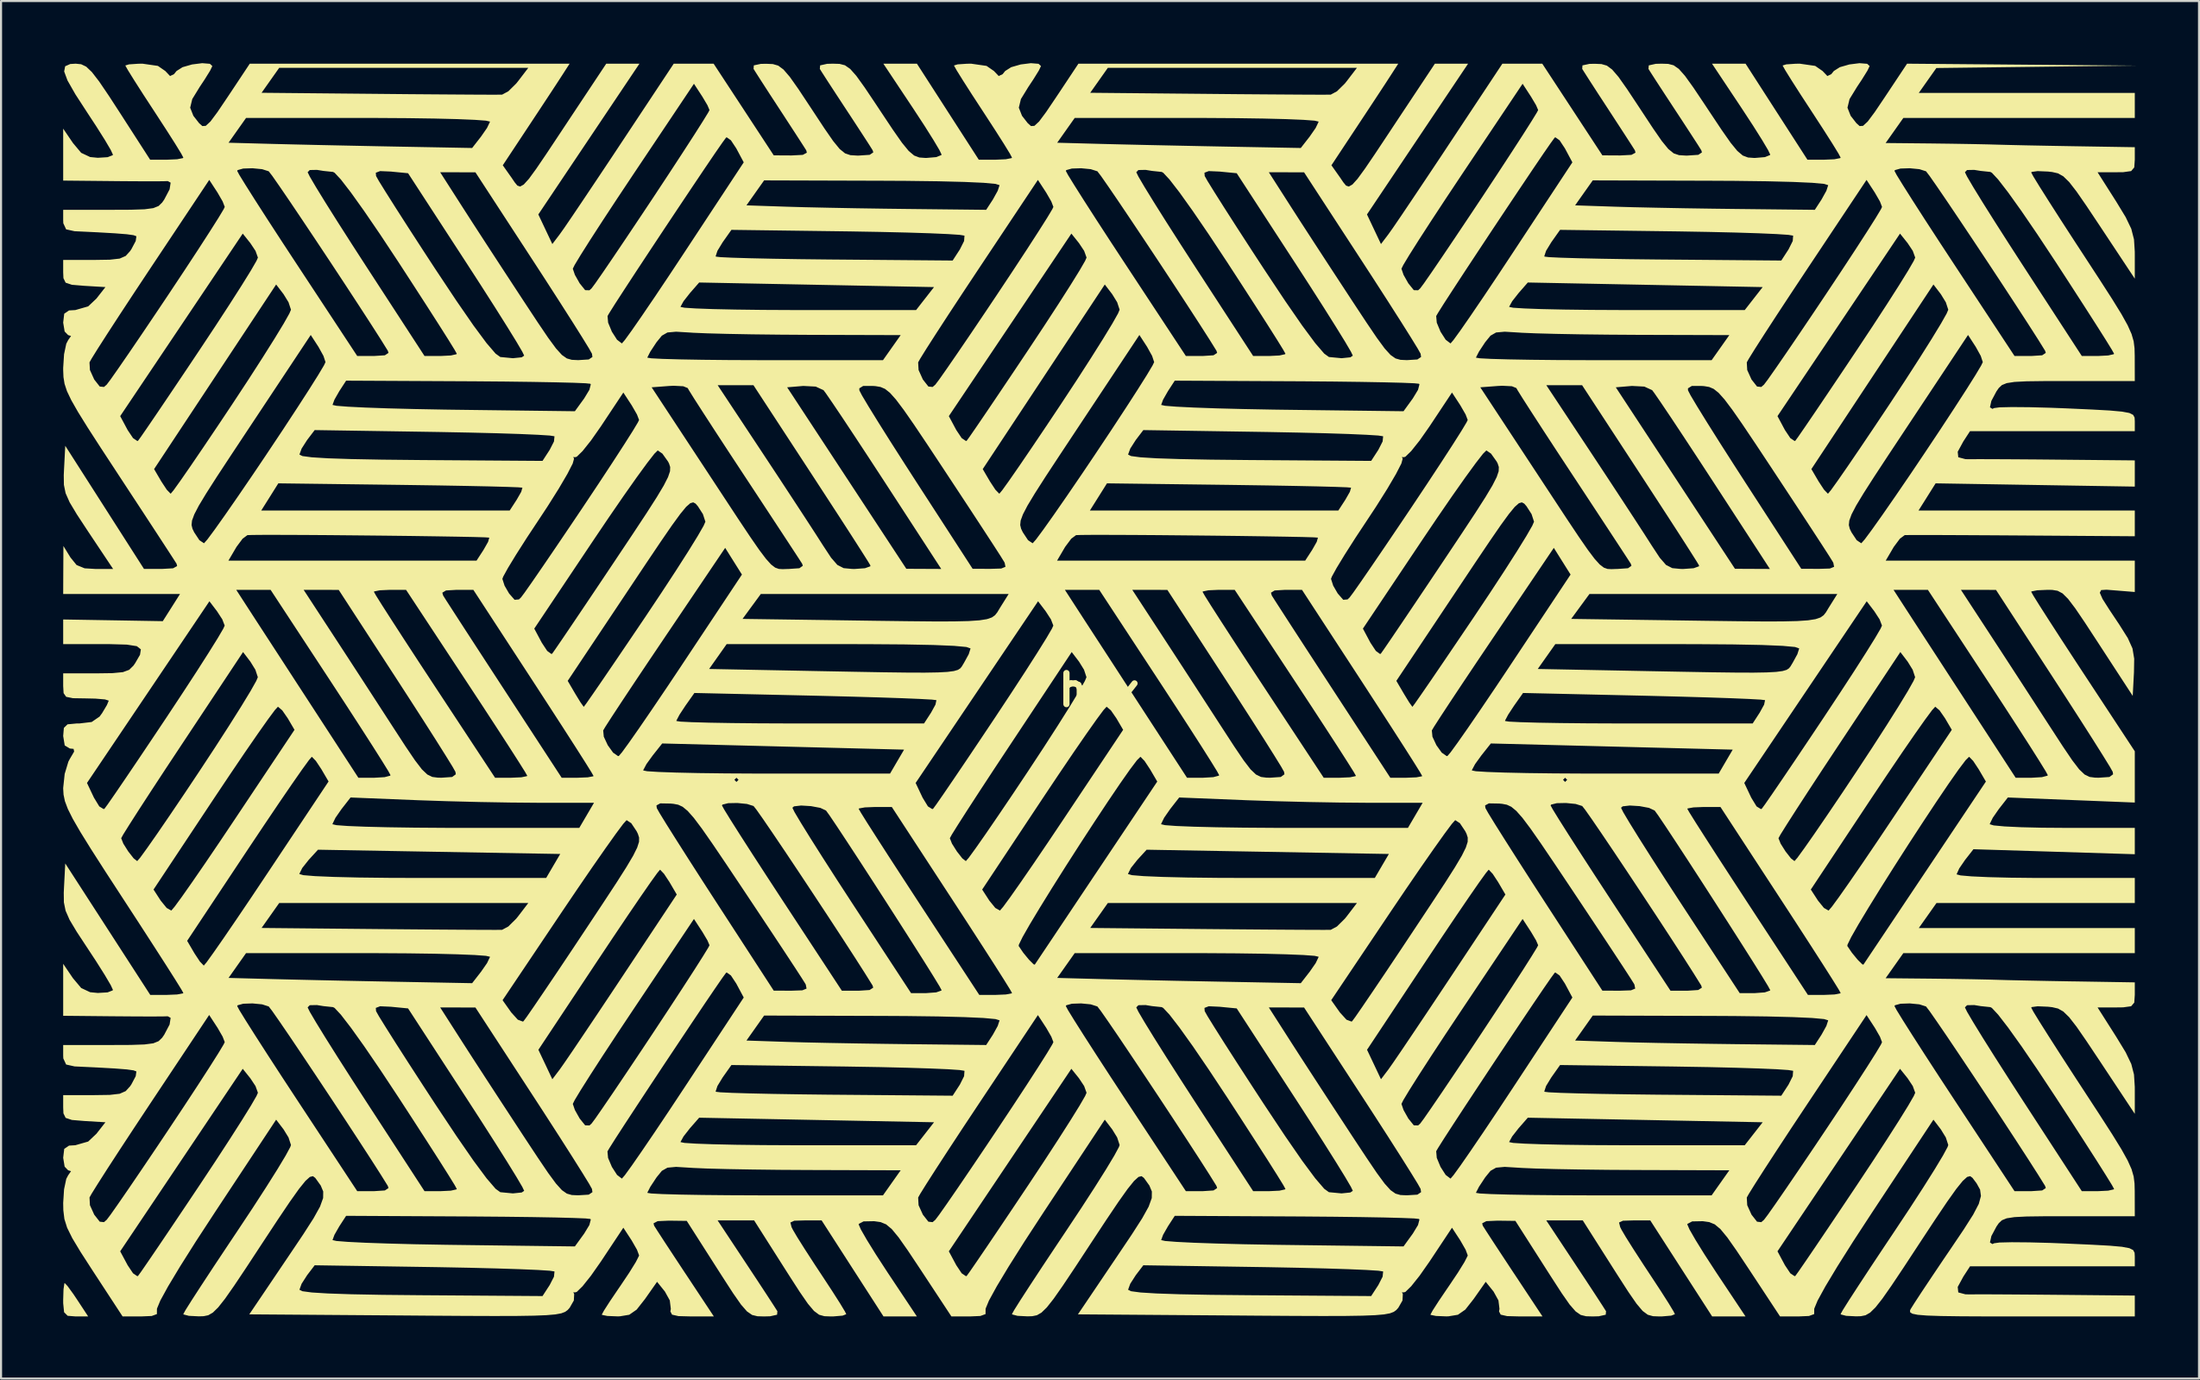
<source format=kicad_pcb>
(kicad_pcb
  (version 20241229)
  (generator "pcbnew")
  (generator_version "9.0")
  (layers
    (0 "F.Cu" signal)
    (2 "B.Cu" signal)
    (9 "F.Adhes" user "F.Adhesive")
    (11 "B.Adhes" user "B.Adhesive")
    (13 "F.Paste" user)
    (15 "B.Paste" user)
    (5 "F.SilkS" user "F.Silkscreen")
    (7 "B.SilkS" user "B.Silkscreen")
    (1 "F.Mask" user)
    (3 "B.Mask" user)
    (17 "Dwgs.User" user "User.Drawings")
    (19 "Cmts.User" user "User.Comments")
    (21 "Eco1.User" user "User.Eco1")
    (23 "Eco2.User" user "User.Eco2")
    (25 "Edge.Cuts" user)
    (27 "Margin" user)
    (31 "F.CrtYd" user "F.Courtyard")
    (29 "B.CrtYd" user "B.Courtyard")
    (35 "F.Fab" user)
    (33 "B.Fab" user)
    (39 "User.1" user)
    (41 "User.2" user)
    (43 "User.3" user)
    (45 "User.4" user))
  (footprint "hex"
    (layer "F.Cu")
    (at 50 30.262)
    (property "Reference" "hex" (at 0 0 0) (layer "F.SilkS") (effects (font (size 1.5 1.5) (thickness 0.3))))
    (attr board_only exclude_from_pos_files exclude_from_bom)
    (fp_poly (pts (xy -49.784 28.778) (xy -49.503 29.165) (xy -49.324 29.432) (xy -48.794 30.238) (xy -49.397 30.238) (xy -49.784 30.207) (xy -49.956 30.035) (xy -49.999 29.607) (xy -50 29.432) (xy -49.984 28.927) (xy -49.943 28.646) (xy -49.927 28.625)) (stroke (width 0) (type solid)) (fill yes) (layer "F.SilkS"))
    (fp_poly (pts (xy 37.083 -30.232) (xy 37.2 -30.123) (xy 37.096 -29.906) (xy 36.827 -29.472) (xy 36.589 -29.114) (xy 36.231 -28.53) (xy 36.13 -28.113) (xy 36.284 -27.722) (xy 36.562 -27.365) (xy 36.718 -27.226) (xy 36.882 -27.237) (xy 37.108 -27.446) (xy 37.446 -27.9) (xy 37.935 -28.625) (xy 39.007 -30.238) (xy 44.553 -30.191) (xy 50.1 -30.145) (xy 45.261 -30.087) (xy 40.422 -30.029) (xy 39.997 -29.428) (xy 39.573 -28.827) (xy 44.786 -28.827) (xy 50 -28.827) (xy 50 -28.222) (xy 50 -27.617) (xy 44.414 -27.617) (xy 38.827 -27.617) (xy 38.4 -27.013) (xy 37.973 -26.408) (xy 40.136 -26.387) (xy 41.153 -26.374) (xy 42.136 -26.358) (xy 42.946 -26.341) (xy 43.3 -26.331) (xy 43.874 -26.316) (xy 44.739 -26.296) (xy 45.788 -26.276) (xy 46.912 -26.256) (xy 47.15 -26.252) (xy 50 -26.206) (xy 50 -25.602) (xy 49.974 -25.23) (xy 49.823 -25.053) (xy 49.439 -25) (xy 49.101 -24.997) (xy 48.203 -24.997) (xy 49.101 -23.584) (xy 49.559 -22.831) (xy 49.83 -22.268) (xy 49.961 -21.758) (xy 49.999 -21.165) (xy 50 -21.015) (xy 50 -19.859) (xy 48.313 -22.405) (xy 47.663 -23.38) (xy 47.186 -24.069) (xy 46.831 -24.526) (xy 46.549 -24.8) (xy 46.293 -24.944) (xy 46.012 -25.008) (xy 45.813 -25.03) (xy 45.308 -25.052) (xy 45.024 -25.013) (xy 45 -24.986) (xy 45.105 -24.79) (xy 45.401 -24.307) (xy 45.856 -23.587) (xy 46.438 -22.678) (xy 47.117 -21.631) (xy 47.497 -21.05) (xy 48.3 -19.819) (xy 48.91 -18.871) (xy 49.353 -18.153) (xy 49.655 -17.61) (xy 49.843 -17.189) (xy 49.945 -16.838) (xy 49.987 -16.502) (xy 49.997 -16.128) (xy 49.997 -16.077) (xy 50 -14.917) (xy 46.823 -14.917) (xy 45.631 -14.916) (xy 44.776 -14.905) (xy 44.192 -14.875) (xy 43.817 -14.817) (xy 43.586 -14.723) (xy 43.436 -14.583) (xy 43.323 -14.421) (xy 43.077 -13.96) (xy 43.008 -13.649) (xy 43.129 -13.574) (xy 43.209 -13.613) (xy 43.47 -13.648) (xy 44.06 -13.662) (xy 44.905 -13.655) (xy 45.936 -13.628) (xy 46.709 -13.598) (xy 47.923 -13.543) (xy 48.795 -13.495) (xy 49.38 -13.442) (xy 49.737 -13.376) (xy 49.921 -13.283) (xy 49.99 -13.155) (xy 50 -12.98) (xy 50 -12.975) (xy 50 -12.498) (xy 46.023 -12.498) (xy 42.046 -12.498) (xy 41.723 -12.002) (xy 41.452 -11.504) (xy 41.479 -11.239) (xy 41.827 -11.147) (xy 42.05 -11.144) (xy 42.457 -11.147) (xy 43.186 -11.145) (xy 44.158 -11.14) (xy 45.295 -11.132) (xy 46.35 -11.122) (xy 50 -11.087) (xy 50 -10.455) (xy 50 -9.822) (xy 45.193 -9.9) (xy 40.385 -9.979) (xy 39.973 -9.323) (xy 39.561 -8.668) (xy 44.78 -8.668) (xy 50 -8.668) (xy 50 -8.046) (xy 50 -7.425) (xy 44.55 -7.462) (xy 43.107 -7.471) (xy 41.793 -7.478) (xy 40.66 -7.483) (xy 39.764 -7.485) (xy 39.158 -7.484) (xy 38.896 -7.48) (xy 38.893 -7.479) (xy 38.661 -7.307) (xy 38.367 -6.913) (xy 38.332 -6.854) (xy 37.977 -6.249) (xy 43.989 -6.249) (xy 50 -6.249) (xy 50 -5.492) (xy 50 -4.734) (xy 49.074 -4.809) (xy 48.633 -4.844) (xy 48.376 -4.827) (xy 48.311 -4.698) (xy 48.443 -4.398) (xy 48.779 -3.869) (xy 49.245 -3.171) (xy 49.662 -2.51) (xy 49.888 -2.011) (xy 49.971 -1.514) (xy 49.96 -0.863) (xy 49.9 0.282) (xy 48.232 -2.278) (xy 47.593 -3.256) (xy 47.125 -3.946) (xy 46.781 -4.399) (xy 46.514 -4.665) (xy 46.274 -4.793) (xy 46.015 -4.835) (xy 45.782 -4.838) (xy 45.288 -4.816) (xy 45.017 -4.762) (xy 45 -4.743) (xy 45.106 -4.554) (xy 45.402 -4.079) (xy 45.858 -3.367) (xy 46.441 -2.465) (xy 47.122 -1.422) (xy 47.5 -0.846) (xy 50 2.955) (xy 50 4.193) (xy 50 5.43) (xy 46.936 5.308) (xy 43.872 5.186) (xy 43.436 5.745) (xy 43.144 6.165) (xy 43.002 6.457) (xy 43 6.478) (xy 43.189 6.534) (xy 43.715 6.583) (xy 44.512 6.621) (xy 45.517 6.645) (xy 46.5 6.652) (xy 50 6.652) (xy 50 7.289) (xy 50 7.925) (xy 46.105 7.804) (xy 42.211 7.684) (xy 41.805 8.203) (xy 41.525 8.611) (xy 41.4 8.889) (xy 41.4 8.897) (xy 41.59 8.948) (xy 42.123 8.994) (xy 42.94 9.031) (xy 43.984 9.057) (xy 45.197 9.07) (xy 45.7 9.071) (xy 50 9.071) (xy 50 9.676) (xy 50 10.281) (xy 45.214 10.281) (xy 40.427 10.281) (xy 40 10.886) (xy 39.573 11.49) (xy 44.786 11.49) (xy 50 11.49) (xy 50 12.095) (xy 50 12.7) (xy 44.414 12.7) (xy 38.827 12.7) (xy 38.4 13.305) (xy 37.973 13.91) (xy 40.136 13.931) (xy 41.153 13.943) (xy 42.136 13.959) (xy 42.946 13.976) (xy 43.3 13.986) (xy 43.874 14.002) (xy 44.739 14.021) (xy 45.788 14.042) (xy 46.912 14.062) (xy 47.15 14.065) (xy 50 14.111) (xy 50 14.716) (xy 49.974 15.088) (xy 49.823 15.264) (xy 49.439 15.317) (xy 49.101 15.321) (xy 48.203 15.321) (xy 49.101 16.734) (xy 49.559 17.486) (xy 49.83 18.05) (xy 49.961 18.559) (xy 49.999 19.153) (xy 50 19.303) (xy 50 20.459) (xy 48.313 17.912) (xy 47.663 16.938) (xy 47.186 16.248) (xy 46.831 15.792) (xy 46.549 15.518) (xy 46.293 15.374) (xy 46.012 15.309) (xy 45.813 15.287) (xy 45.308 15.265) (xy 45.024 15.304) (xy 45 15.331) (xy 45.105 15.528) (xy 45.401 16.011) (xy 45.856 16.731) (xy 46.438 17.639) (xy 47.117 18.687) (xy 47.497 19.268) (xy 48.3 20.498) (xy 48.91 21.446) (xy 49.353 22.165) (xy 49.655 22.708) (xy 49.843 23.128) (xy 49.945 23.48) (xy 49.987 23.816) (xy 49.997 24.189) (xy 49.997 24.241) (xy 50 25.4) (xy 46.823 25.4) (xy 45.631 25.402) (xy 44.776 25.413) (xy 44.192 25.443) (xy 43.817 25.5) (xy 43.586 25.594) (xy 43.436 25.734) (xy 43.323 25.897) (xy 43.077 26.358) (xy 43.008 26.668) (xy 43.129 26.744) (xy 43.209 26.705) (xy 43.47 26.669) (xy 44.06 26.655) (xy 44.905 26.662) (xy 45.936 26.689) (xy 46.709 26.72) (xy 47.923 26.775) (xy 48.795 26.823) (xy 49.38 26.875) (xy 49.737 26.942) (xy 49.921 27.034) (xy 49.99 27.163) (xy 50 27.338) (xy 50 27.342) (xy 50 27.819) (xy 46.023 27.819) (xy 42.046 27.819) (xy 41.723 28.316) (xy 41.452 28.814) (xy 41.479 29.078) (xy 41.827 29.171) (xy 42.05 29.173) (xy 42.457 29.171) (xy 43.186 29.172) (xy 44.158 29.178) (xy 45.295 29.186) (xy 46.35 29.195) (xy 50 29.23) (xy 50 29.734) (xy 50 30.238) (xy 44.493 30.238) (xy 42.867 30.237) (xy 41.599 30.231) (xy 40.646 30.218) (xy 39.968 30.195) (xy 39.521 30.159) (xy 39.264 30.107) (xy 39.155 30.037) (xy 39.151 29.946) (xy 39.179 29.885) (xy 39.357 29.6) (xy 39.716 29.051) (xy 40.212 28.307) (xy 40.798 27.436) (xy 41.075 27.029) (xy 41.74 26.043) (xy 42.198 25.323) (xy 42.469 24.805) (xy 42.573 24.424) (xy 42.531 24.114) (xy 42.362 23.811) (xy 42.165 23.548) (xy 42.055 23.466) (xy 41.908 23.503) (xy 41.693 23.697) (xy 41.381 24.084) (xy 40.942 24.701) (xy 40.346 25.586) (xy 39.6 26.718) (xy 38.832 27.888) (xy 38.247 28.763) (xy 37.809 29.388) (xy 37.48 29.804) (xy 37.223 30.054) (xy 37.003 30.18) (xy 36.78 30.226) (xy 36.55 30.233) (xy 36.068 30.209) (xy 35.812 30.142) (xy 35.8 30.121) (xy 35.907 29.928) (xy 36.208 29.449) (xy 36.672 28.734) (xy 37.266 27.83) (xy 37.961 26.785) (xy 38.4 26.128) (xy 39.14 25.013) (xy 39.798 23.997) (xy 40.342 23.133) (xy 40.74 22.471) (xy 40.961 22.062) (xy 40.996 21.962) (xy 40.877 21.597) (xy 40.636 21.205) (xy 40.28 20.739) (xy 37.344 25.18) (xy 36.405 26.618) (xy 35.641 27.828) (xy 35.064 28.787) (xy 34.688 29.473) (xy 34.527 29.862) (xy 34.525 29.929) (xy 34.524 30.124) (xy 34.272 30.216) (xy 33.76 30.238) (xy 32.876 30.238) (xy 31.382 27.97) (xy 30.799 27.094) (xy 32.752 27.094) (xy 33.111 27.764) (xy 33.372 28.155) (xy 33.58 28.296) (xy 33.616 28.278) (xy 33.764 28.074) (xy 34.103 27.582) (xy 34.602 26.849) (xy 35.228 25.922) (xy 35.95 24.847) (xy 36.582 23.903) (xy 37.352 22.741) (xy 38.042 21.681) (xy 38.622 20.773) (xy 39.061 20.064) (xy 39.329 19.601) (xy 39.4 19.44) (xy 39.283 19.116) (xy 39.033 18.739) (xy 38.667 18.283) (xy 35.71 22.688) (xy 32.752 27.094) (xy 30.799 27.094) (xy 30.773 27.055) (xy 30.329 26.423) (xy 29.997 26.021) (xy 29.724 25.793) (xy 29.458 25.684) (xy 29.146 25.64) (xy 29.144 25.64) (xy 28.634 25.65) (xy 28.404 25.771) (xy 28.4 25.798) (xy 28.506 26.041) (xy 28.796 26.545) (xy 29.225 27.238) (xy 29.753 28.05) (xy 29.804 28.128) (xy 31.209 30.238) (xy 30.403 30.238) (xy 29.598 30.238) (xy 28.104 27.92) (xy 26.611 25.602) (xy 25.798 25.602) (xy 25.291 25.617) (xy 25.104 25.704) (xy 25.159 25.926) (xy 25.224 26.055) (xy 25.434 26.411) (xy 25.808 27.005) (xy 26.287 27.744) (xy 26.631 28.265) (xy 27.113 28.999) (xy 27.499 29.604) (xy 27.741 30.006) (xy 27.8 30.13) (xy 27.623 30.199) (xy 27.185 30.236) (xy 27.05 30.238) (xy 26.742 30.226) (xy 26.49 30.156) (xy 26.243 29.973) (xy 25.949 29.625) (xy 25.557 29.058) (xy 25.017 28.22) (xy 24.826 27.92) (xy 23.353 25.602) (xy 22.472 25.602) (xy 21.591 25.602) (xy 22.959 27.668) (xy 23.499 28.485) (xy 23.964 29.193) (xy 24.305 29.718) (xy 24.474 29.983) (xy 24.476 29.986) (xy 24.461 30.155) (xy 24.125 30.23) (xy 23.834 30.238) (xy 23.513 30.229) (xy 23.255 30.166) (xy 23.008 29.995) (xy 22.72 29.665) (xy 22.34 29.121) (xy 21.815 28.31) (xy 21.573 27.932) (xy 20.1 25.625) (xy 19.238 25.614) (xy 18.697 25.638) (xy 18.498 25.742) (xy 18.524 25.854) (xy 18.688 26.112) (xy 19.025 26.631) (xy 19.488 27.335) (xy 20.026 28.151) (xy 20.041 28.172) (xy 21.409 30.238) (xy 20.323 30.238) (xy 19.7 30.222) (xy 19.391 30.152) (xy 19.311 29.997) (xy 19.332 29.874) (xy 19.282 29.464) (xy 19.047 29.038) (xy 18.668 28.566) (xy 18.084 29.398) (xy 17.682 29.909) (xy 17.325 30.157) (xy 16.869 30.232) (xy 16.75 30.234) (xy 16.268 30.215) (xy 16.012 30.163) (xy 16 30.147) (xy 16.107 29.95) (xy 16.389 29.511) (xy 16.792 28.915) (xy 16.9 28.758) (xy 17.325 28.124) (xy 17.642 27.612) (xy 17.793 27.315) (xy 17.799 27.287) (xy 17.697 27.015) (xy 17.449 26.582) (xy 17.419 26.534) (xy 17.04 25.955) (xy 15.953 27.592) (xy 15.477 28.271) (xy 15.071 28.78) (xy 14.79 29.055) (xy 14.701 29.078) (xy 14.625 29.068) (xy 14.667 29.159) (xy 14.65 29.468) (xy 14.449 29.819) (xy 14.352 29.928) (xy 14.23 30.017) (xy 14.046 30.087) (xy 13.758 30.14) (xy 13.329 30.177) (xy 12.718 30.201) (xy 11.887 30.214) (xy 10.796 30.217) (xy 9.405 30.212) (xy 7.676 30.201) (xy 6.542 30.192) (xy -1.017 30.137) (xy -0.214 28.949) (xy 1.404 28.949) (xy 1.55 29.021) (xy 2.004 29.081) (xy 2.783 29.129) (xy 3.907 29.167) (xy 5.394 29.195) (xy 7.262 29.213) (xy 7.269 29.213) (xy 13.138 29.254) (xy 13.485 28.721) (xy 13.691 28.318) (xy 13.716 28.071) (xy 13.711 28.065) (xy 13.487 28.031) (xy 12.915 27.994) (xy 12.046 27.957) (xy 10.931 27.921) (xy 9.622 27.888) (xy 8.171 27.86) (xy 7.865 27.855) (xy 2.14 27.768) (xy 1.775 28.247) (xy 1.509 28.661) (xy 1.404 28.949) (xy -0.214 28.949) (xy 0.879 27.329) (xy 1.402 26.552) (xy 3.001 26.552) (xy 3.192 26.595) (xy 3.735 26.638) (xy 4.578 26.68) (xy 5.673 26.718) (xy 6.97 26.752) (xy 8.419 26.778) (xy 8.851 26.784) (xy 14.7 26.858) (xy 15.148 26.24) (xy 15.4 25.825) (xy 15.468 25.561) (xy 15.448 25.532) (xy 15.218 25.507) (xy 14.638 25.484) (xy 13.762 25.461) (xy 12.639 25.441) (xy 11.322 25.425) (xy 9.861 25.413) (xy 9.479 25.411) (xy 3.658 25.381) (xy 3.329 25.887) (xy 3.094 26.298) (xy 3.001 26.552) (xy 1.402 26.552) (xy 1.585 26.279) (xy 2.084 25.502) (xy 2.398 24.937) (xy 2.547 24.524) (xy 2.548 24.499) (xy 31.27 24.499) (xy 31.291 24.868) (xy 31.498 25.324) (xy 31.765 25.664) (xy 31.969 25.687) (xy 32.1 25.574) (xy 32.281 25.335) (xy 32.651 24.811) (xy 33.175 24.051) (xy 33.819 23.105) (xy 34.55 22.023) (xy 35.08 21.232) (xy 35.836 20.096) (xy 36.51 19.068) (xy 37.073 18.197) (xy 37.495 17.53) (xy 37.744 17.115) (xy 37.799 16.998) (xy 37.697 16.731) (xy 37.451 16.303) (xy 37.424 16.262) (xy 37.051 15.691) (xy 34.217 19.946) (xy 33.439 21.118) (xy 32.734 22.191) (xy 32.133 23.115) (xy 31.667 23.842) (xy 31.368 24.323) (xy 31.27 24.499) (xy 2.548 24.499) (xy 2.552 24.205) (xy 2.432 23.918) (xy 2.208 23.605) (xy 2.165 23.548) (xy 2.055 23.466) (xy 1.908 23.503) (xy 1.693 23.697) (xy 1.381 24.084) (xy 0.942 24.701) (xy 0.346 25.586) (xy -0.4 26.718) (xy -1.168 27.888) (xy -1.753 28.763) (xy -2.191 29.388) (xy -2.52 29.804) (xy -2.777 30.054) (xy -2.997 30.18) (xy -3.22 30.226) (xy -3.45 30.233) (xy -3.932 30.209) (xy -4.188 30.142) (xy -4.2 30.121) (xy -4.093 29.928) (xy -3.792 29.449) (xy -3.328 28.734) (xy -2.734 27.83) (xy -2.039 26.785) (xy -1.6 26.128) (xy -0.86 25.013) (xy -0.202 23.997) (xy 0.342 23.133) (xy 0.74 22.471) (xy 0.961 22.062) (xy 0.996 21.962) (xy 0.877 21.597) (xy 0.636 21.205) (xy 0.28 20.739) (xy -2.656 25.18) (xy -3.595 26.618) (xy -4.359 27.828) (xy -4.936 28.787) (xy -5.312 29.473) (xy -5.473 29.862) (xy -5.475 29.929) (xy -5.476 30.124) (xy -5.728 30.216) (xy -6.24 30.238) (xy -7.124 30.238) (xy -8.618 27.97) (xy -9.201 27.094) (xy -7.248 27.094) (xy -6.889 27.764) (xy -6.628 28.155) (xy -6.42 28.296) (xy -6.384 28.278) (xy -6.236 28.074) (xy -5.897 27.582) (xy -5.398 26.849) (xy -4.772 25.922) (xy -4.05 24.847) (xy -3.418 23.903) (xy -2.648 22.741) (xy -1.958 21.681) (xy -1.378 20.773) (xy -0.939 20.064) (xy -0.671 19.601) (xy -0.6 19.44) (xy -0.717 19.116) (xy -0.967 18.739) (xy -1.333 18.283) (xy -4.29 22.688) (xy -7.248 27.094) (xy -9.201 27.094) (xy -9.227 27.055) (xy -9.671 26.423) (xy -10.003 26.021) (xy -10.276 25.793) (xy -10.542 25.684) (xy -10.854 25.64) (xy -10.856 25.64) (xy -11.366 25.65) (xy -11.596 25.771) (xy -11.6 25.798) (xy -11.494 26.041) (xy -11.204 26.545) (xy -10.775 27.238) (xy -10.247 28.05) (xy -10.196 28.128) (xy -8.791 30.238) (xy -9.597 30.238) (xy -10.402 30.238) (xy -11.896 27.92) (xy -13.389 25.602) (xy -14.202 25.602) (xy -14.709 25.617) (xy -14.896 25.704) (xy -14.841 25.926) (xy -14.776 26.055) (xy -14.566 26.411) (xy -14.192 27.005) (xy -13.713 27.744) (xy -13.369 28.265) (xy -12.887 28.999) (xy -12.501 29.604) (xy -12.259 30.006) (xy -12.2 30.13) (xy -12.377 30.199) (xy -12.815 30.236) (xy -12.95 30.238) (xy -13.258 30.226) (xy -13.51 30.156) (xy -13.757 29.973) (xy -14.051 29.625) (xy -14.443 29.058) (xy -14.983 28.22) (xy -15.174 27.92) (xy -16.647 25.602) (xy -17.528 25.602) (xy -18.409 25.602) (xy -17.041 27.668) (xy -16.501 28.485) (xy -16.036 29.193) (xy -15.695 29.718) (xy -15.526 29.983) (xy -15.524 29.986) (xy -15.539 30.155) (xy -15.875 30.23) (xy -16.166 30.238) (xy -16.487 30.229) (xy -16.745 30.166) (xy -16.992 29.995) (xy -17.28 29.665) (xy -17.66 29.121) (xy -18.185 28.31) (xy -18.427 27.932) (xy -19.9 25.625) (xy -20.762 25.614) (xy -21.303 25.638) (xy -21.502 25.742) (xy -21.476 25.854) (xy -21.312 26.112) (xy -20.975 26.631) (xy -20.512 27.335) (xy -19.974 28.151) (xy -19.959 28.172) (xy -18.591 30.238) (xy -19.677 30.238) (xy -20.3 30.222) (xy -20.609 30.152) (xy -20.689 29.997) (xy -20.668 29.874) (xy -20.718 29.464) (xy -20.953 29.038) (xy -21.332 28.566) (xy -21.916 29.398) (xy -22.318 29.909) (xy -22.675 30.157) (xy -23.131 30.232) (xy -23.25 30.234) (xy -23.732 30.215) (xy -23.988 30.163) (xy -24 30.147) (xy -23.893 29.95) (xy -23.611 29.511) (xy -23.208 28.915) (xy -23.1 28.758) (xy -22.675 28.124) (xy -22.358 27.612) (xy -22.207 27.315) (xy -22.201 27.287) (xy -22.303 27.015) (xy -22.551 26.582) (xy -22.581 26.534) (xy -22.96 25.955) (xy -24.047 27.592) (xy -24.523 28.271) (xy -24.929 28.78) (xy -25.21 29.055) (xy -25.299 29.078) (xy -25.375 29.068) (xy -25.333 29.159) (xy -25.35 29.468) (xy -25.551 29.819) (xy -25.648 29.928) (xy -25.77 30.017) (xy -25.954 30.087) (xy -26.242 30.14) (xy -26.671 30.177) (xy -27.282 30.201) (xy -28.113 30.214) (xy -29.204 30.217) (xy -30.595 30.212) (xy -32.324 30.201) (xy -33.458 30.192) (xy -41.017 30.137) (xy -40.214 28.949) (xy -38.596 28.949) (xy -38.45 29.021) (xy -37.996 29.081) (xy -37.217 29.129) (xy -36.093 29.167) (xy -34.606 29.195) (xy -32.738 29.213) (xy -32.731 29.213) (xy -26.862 29.254) (xy -26.515 28.721) (xy -26.309 28.318) (xy -26.284 28.071) (xy -26.289 28.065) (xy -26.513 28.031) (xy -27.085 27.994) (xy -27.954 27.957) (xy -29.069 27.921) (xy -30.378 27.888) (xy -31.829 27.86) (xy -32.135 27.855) (xy -37.86 27.768) (xy -38.225 28.247) (xy -38.491 28.661) (xy -38.596 28.949) (xy -40.214 28.949) (xy -39.121 27.329) (xy -38.598 26.552) (xy -36.999 26.552) (xy -36.808 26.595) (xy -36.265 26.638) (xy -35.422 26.68) (xy -34.327 26.718) (xy -33.03 26.752) (xy -31.581 26.778) (xy -31.149 26.784) (xy -25.3 26.858) (xy -24.852 26.24) (xy -24.6 25.825) (xy -24.532 25.561) (xy -24.552 25.532) (xy -24.782 25.507) (xy -25.362 25.484) (xy -26.238 25.461) (xy -27.361 25.441) (xy -28.678 25.425) (xy -30.139 25.413) (xy -30.521 25.411) (xy -36.342 25.381) (xy -36.671 25.887) (xy -36.906 26.298) (xy -36.999 26.552) (xy -38.598 26.552) (xy -38.415 26.279) (xy -37.916 25.502) (xy -37.602 24.937) (xy -37.453 24.524) (xy -37.452 24.499) (xy -8.73 24.499) (xy -8.709 24.868) (xy -8.502 25.324) (xy -8.235 25.664) (xy -8.031 25.686) (xy -7.901 25.574) (xy -7.72 25.335) (xy -7.351 24.811) (xy -6.827 24.051) (xy -6.183 23.104) (xy -5.453 22.022) (xy -4.921 21.227) (xy -4.166 20.091) (xy -3.491 19.063) (xy -2.928 18.192) (xy -2.506 17.525) (xy -2.257 17.11) (xy -2.201 16.994) (xy -2.303 16.73) (xy -2.549 16.303) (xy -2.576 16.262) (xy -2.949 15.691) (xy -5.783 19.946) (xy -6.561 21.118) (xy -7.266 22.191) (xy -7.867 23.115) (xy -8.333 23.842) (xy -8.632 24.323) (xy -8.73 24.499) (xy -37.452 24.499) (xy -37.448 24.205) (xy -37.568 23.918) (xy -37.792 23.605) (xy -37.835 23.548) (xy -37.945 23.466) (xy -38.092 23.503) (xy -38.307 23.697) (xy -38.619 24.084) (xy -39.058 24.701) (xy -39.654 25.586) (xy -40.4 26.718) (xy -41.168 27.888) (xy -41.753 28.763) (xy -42.191 29.388) (xy -42.52 29.804) (xy -42.777 30.054) (xy -42.997 30.18) (xy -43.22 30.226) (xy -43.45 30.233) (xy -43.932 30.209) (xy -44.188 30.142) (xy -44.2 30.121) (xy -44.093 29.928) (xy -43.792 29.449) (xy -43.328 28.734) (xy -42.734 27.83) (xy -42.039 26.785) (xy -41.6 26.128) (xy -40.86 25.013) (xy -40.202 23.997) (xy -39.658 23.133) (xy -39.26 22.471) (xy -39.039 22.062) (xy -39.004 21.962) (xy -39.123 21.597) (xy -39.364 21.205) (xy -39.72 20.739) (xy -42.656 25.18) (xy -43.595 26.618) (xy -44.359 27.828) (xy -44.936 28.787) (xy -45.312 29.473) (xy -45.473 29.862) (xy -45.475 29.929) (xy -45.476 30.124) (xy -45.727 30.216) (xy -46.245 30.238) (xy -47.132 30.238) (xy -48.566 28.045) (xy -49.159 27.127) (xy -49.179 27.094) (xy -47.248 27.094) (xy -46.889 27.764) (xy -46.628 28.155) (xy -46.42 28.296) (xy -46.384 28.278) (xy -46.236 28.074) (xy -45.897 27.582) (xy -45.398 26.849) (xy -44.772 25.922) (xy -44.05 24.847) (xy -43.418 23.903) (xy -42.648 22.741) (xy -41.958 21.681) (xy -41.378 20.773) (xy -40.939 20.064) (xy -40.671 19.601) (xy -40.6 19.44) (xy -40.717 19.116) (xy -40.967 18.739) (xy -41.333 18.283) (xy -44.29 22.688) (xy -47.248 27.094) (xy -49.179 27.094) (xy -49.561 26.459) (xy -49.81 25.955) (xy -49.942 25.534) (xy -49.993 25.112) (xy -50 24.759) (xy -49.983 24.495) (xy -48.729 24.495) (xy -48.709 24.867) (xy -48.502 25.324) (xy -48.235 25.664) (xy -48.031 25.686) (xy -47.901 25.574) (xy -47.72 25.335) (xy -47.351 24.811) (xy -46.827 24.051) (xy -46.183 23.104) (xy -45.453 22.022) (xy -44.921 21.227) (xy -44.166 20.091) (xy -43.491 19.063) (xy -42.928 18.192) (xy -42.506 17.525) (xy -42.257 17.11) (xy -42.201 16.994) (xy -42.303 16.73) (xy -42.549 16.303) (xy -42.578 16.259) (xy -42.953 15.685) (xy -45.783 19.939) (xy -46.56 21.112) (xy -47.265 22.185) (xy -47.866 23.109) (xy -48.331 23.837) (xy -48.63 24.318) (xy -48.729 24.495) (xy -49.983 24.495) (xy -49.958 24.102) (xy -49.851 23.597) (xy -49.76 23.424) (xy -49.621 23.225) (xy -49.76 23.183) (xy -49.93 23.007) (xy -50 22.58) (xy -50 22.578) (xy -49.95 22.149) (xy -49.717 21.991) (xy -49.415 21.973) (xy -48.794 21.795) (xy -48.395 21.419) (xy -47.961 20.864) (xy -48.98 20.803) (xy -49.58 20.753) (xy -49.882 20.652) (xy -49.988 20.434) (xy -50 20.148) (xy -50 19.554) (xy -48.523 19.554) (xy -47.751 19.543) (xy -47.273 19.488) (xy -46.982 19.36) (xy -46.771 19.128) (xy -46.707 19.033) (xy -46.499 18.64) (xy -46.466 18.413) (xy -46.469 18.41) (xy -46.602 18.359) (xy -46.928 18.313) (xy -47.501 18.268) (xy -48.374 18.219) (xy -49.45 18.168) (xy -49.858 18.077) (xy -49.994 17.783) (xy -50 17.639) (xy -50 17.135) (xy -47.723 17.135) (xy -46.737 17.131) (xy -46.073 17.108) (xy -45.651 17.053) (xy -45.394 16.949) (xy -45.222 16.782) (xy -45.123 16.638) (xy -44.863 16.145) (xy -44.813 15.824) (xy -44.95 15.748) (xy -45.197 15.755) (xy -45.762 15.758) (xy -46.561 15.755) (xy -47.511 15.748) (xy -47.55 15.748) (xy -50 15.724) (xy -50 15.256) (xy -41.6 15.256) (xy -41.494 15.454) (xy -41.194 15.942) (xy -40.731 16.673) (xy -40.133 17.603) (xy -39.429 18.686) (xy -38.703 19.792) (xy -35.806 24.19) (xy -34.991 24.19) (xy -34.472 24.156) (xy -34.297 24.041) (xy -34.329 23.938) (xy -34.663 23.401) (xy -35.144 22.649) (xy -35.735 21.739) (xy -36.399 20.724) (xy -37.101 19.659) (xy -37.805 18.599) (xy -38.474 17.598) (xy -39.071 16.71) (xy -39.562 15.992) (xy -39.908 15.496) (xy -40.044 15.319) (xy -38.2 15.319) (xy -38.094 15.535) (xy -37.797 16.04) (xy -37.338 16.787) (xy -36.745 17.729) (xy -36.048 18.819) (xy -35.379 19.854) (xy -32.558 24.19) (xy -31.779 24.19) (xy -31.286 24.166) (xy -31.017 24.105) (xy -31 24.083) (xy -31.105 23.892) (xy -31.402 23.411) (xy -31.861 22.685) (xy -32.454 21.761) (xy -33.15 20.683) (xy -33.823 19.648) (xy -34.707 18.312) (xy -35.478 17.183) (xy -36.115 16.293) (xy -36.596 15.67) (xy -36.898 15.346) (xy -36.903 15.344) (xy -34.909 15.344) (xy -34.897 15.501) (xy -34.76 15.745) (xy -34.432 16.275) (xy -33.947 17.043) (xy -33.334 17.998) (xy -32.625 19.092) (xy -32.043 19.984) (xy -31.018 21.526) (xy -30.192 22.721) (xy -29.562 23.57) (xy -29.127 24.076) (xy -28.9 24.24) (xy -28.291 24.298) (xy -27.866 24.254) (xy -27.747 24.174) (xy -27.84 23.98) (xy -28.124 23.497) (xy -28.573 22.768) (xy -29.156 21.842) (xy -29.846 20.763) (xy -30.526 19.712) (xy -33.352 15.368) (xy -33.841 15.321) (xy -31.802 15.321) (xy -30.737 16.984) (xy -30.246 17.746) (xy -29.602 18.738) (xy -28.874 19.855) (xy -28.13 20.991) (xy -27.786 21.517) (xy -27.098 22.559) (xy -26.588 23.313) (xy -26.212 23.824) (xy -25.926 24.141) (xy -25.686 24.309) (xy -25.45 24.376) (xy -25.174 24.389) (xy -25.129 24.389) (xy -24.631 24.359) (xy -24.503 24.272) (xy -21.8 24.272) (xy -21.608 24.303) (xy -21.067 24.331) (xy -20.226 24.355) (xy -19.136 24.374) (xy -17.846 24.386) (xy -16.408 24.392) (xy -16.114 24.392) (xy -10.427 24.392) (xy -10 23.787) (xy -9.573 23.183) (xy -14.036 23.169) (xy -15.419 23.161) (xy -16.746 23.145) (xy -17.936 23.124) (xy -18.91 23.098) (xy -19.589 23.069) (xy -19.73 23.06) (xy -20.416 23.018) (xy -20.831 23.056) (xy -21.101 23.209) (xy -21.352 23.517) (xy -21.38 23.558) (xy -21.658 23.98) (xy -21.796 24.251) (xy -21.8 24.272) (xy -24.503 24.272) (xy -24.452 24.238) (xy -24.475 24.082) (xy -24.614 23.833) (xy -24.943 23.298) (xy -25.429 22.525) (xy -25.59 22.273) (xy -23.727 22.273) (xy -23.697 22.587) (xy -23.513 23.02) (xy -23.264 23.406) (xy -23.037 23.58) (xy -23.027 23.58) (xy -22.887 23.418) (xy -22.557 22.963) (xy -22.069 22.259) (xy -21.772 21.822) (xy -20.199 21.822) (xy -20.008 21.861) (xy -19.466 21.896) (xy -18.626 21.926) (xy -17.536 21.95) (xy -16.246 21.966) (xy -14.808 21.973) (xy -14.515 21.973) (xy -8.829 21.973) (xy -8.396 21.419) (xy -7.963 20.864) (xy -13.631 20.754) (xy -19.3 20.644) (xy -19.749 21.157) (xy -20.054 21.547) (xy -20.198 21.808) (xy -20.199 21.822) (xy -21.772 21.822) (xy -21.452 21.352) (xy -20.738 20.286) (xy -20.132 19.37) (xy -18.503 19.37) (xy -18.494 19.392) (xy -18.277 19.418) (xy -17.712 19.445) (xy -16.849 19.471) (xy -15.741 19.495) (xy -14.439 19.516) (xy -12.994 19.533) (xy -12.732 19.535) (xy -7.064 19.582) (xy -6.716 19.047) (xy -6.512 18.64) (xy -6.493 18.386) (xy -6.499 18.379) (xy -6.725 18.343) (xy -7.299 18.304) (xy -8.169 18.267) (xy -9.281 18.232) (xy -10.583 18.201) (xy -12.024 18.177) (xy -12.186 18.174) (xy -17.743 18.101) (xy -18.166 18.699) (xy -18.418 19.113) (xy -18.503 19.37) (xy -20.132 19.37) (xy -20.025 19.209) (xy -18.517 16.919) (xy -17.017 16.919) (xy -15.058 16.985) (xy -14.202 17.009) (xy -13.056 17.034) (xy -11.732 17.058) (xy -10.34 17.079) (xy -9.273 17.093) (xy -5.446 17.135) (xy -5.123 16.638) (xy -4.889 16.216) (xy -4.8 15.944) (xy -4.996 15.883) (xy -5.569 15.83) (xy -6.496 15.788) (xy -7.753 15.756) (xy -9.318 15.736) (xy -10.483 15.73) (xy -16.165 15.713) (xy -16.591 16.316) (xy -17.017 16.919) (xy -18.517 16.919) (xy -17.422 15.256) (xy -1.6 15.256) (xy -1.494 15.454) (xy -1.194 15.942) (xy -0.731 16.673) (xy -0.133 17.603) (xy 0.571 18.686) (xy 1.297 19.792) (xy 4.194 24.19) (xy 5.009 24.19) (xy 5.528 24.156) (xy 5.703 24.041) (xy 5.671 23.938) (xy 5.337 23.401) (xy 4.856 22.649) (xy 4.265 21.739) (xy 3.601 20.724) (xy 2.899 19.659) (xy 2.195 18.599) (xy 1.526 17.598) (xy 0.929 16.71) (xy 0.438 15.992) (xy 0.092 15.496) (xy -0.044 15.319) (xy 1.8 15.319) (xy 1.906 15.535) (xy 2.203 16.04) (xy 2.662 16.787) (xy 3.255 17.729) (xy 3.952 18.819) (xy 4.621 19.854) (xy 7.442 24.19) (xy 8.221 24.19) (xy 8.714 24.166) (xy 8.983 24.105) (xy 9 24.083) (xy 8.895 23.892) (xy 8.598 23.411) (xy 8.139 22.685) (xy 7.546 21.761) (xy 6.85 20.683) (xy 6.177 19.648) (xy 5.293 18.312) (xy 4.522 17.183) (xy 3.885 16.293) (xy 3.404 15.67) (xy 3.102 15.346) (xy 3.097 15.344) (xy 5.091 15.344) (xy 5.103 15.501) (xy 5.24 15.745) (xy 5.568 16.275) (xy 6.053 17.043) (xy 6.666 17.998) (xy 7.375 19.092) (xy 7.957 19.984) (xy 8.982 21.526) (xy 9.808 22.721) (xy 10.438 23.57) (xy 10.873 24.076) (xy 11.1 24.24) (xy 11.709 24.298) (xy 12.134 24.254) (xy 12.253 24.174) (xy 12.16 23.98) (xy 11.876 23.497) (xy 11.427 22.768) (xy 10.844 21.842) (xy 10.154 20.763) (xy 9.474 19.712) (xy 6.648 15.368) (xy 6.159 15.321) (xy 8.198 15.321) (xy 9.263 16.984) (xy 9.754 17.746) (xy 10.398 18.738) (xy 11.126 19.855) (xy 11.87 20.991) (xy 12.214 21.517) (xy 12.902 22.559) (xy 13.412 23.313) (xy 13.788 23.824) (xy 14.074 24.141) (xy 14.314 24.309) (xy 14.55 24.376) (xy 14.826 24.389) (xy 14.871 24.389) (xy 15.369 24.359) (xy 15.497 24.272) (xy 18.2 24.272) (xy 18.392 24.303) (xy 18.933 24.331) (xy 19.774 24.355) (xy 20.864 24.374) (xy 22.154 24.386) (xy 23.592 24.392) (xy 23.886 24.392) (xy 29.573 24.392) (xy 30 23.787) (xy 30.427 23.183) (xy 25.964 23.169) (xy 24.581 23.161) (xy 23.254 23.145) (xy 22.064 23.124) (xy 21.09 23.098) (xy 20.411 23.069) (xy 20.27 23.06) (xy 19.584 23.018) (xy 19.169 23.056) (xy 18.899 23.209) (xy 18.648 23.517) (xy 18.62 23.558) (xy 18.342 23.98) (xy 18.204 24.251) (xy 18.2 24.272) (xy 15.497 24.272) (xy 15.548 24.238) (xy 15.525 24.082) (xy 15.386 23.833) (xy 15.057 23.298) (xy 14.571 22.525) (xy 14.403 22.262) (xy 16.277 22.262) (xy 16.305 22.582) (xy 16.486 23.018) (xy 16.735 23.406) (xy 16.963 23.58) (xy 16.973 23.58) (xy 17.113 23.418) (xy 17.443 22.963) (xy 17.931 22.259) (xy 18.228 21.822) (xy 19.801 21.822) (xy 19.992 21.861) (xy 20.534 21.896) (xy 21.374 21.926) (xy 22.464 21.95) (xy 23.754 21.966) (xy 25.192 21.973) (xy 25.485 21.973) (xy 31.171 21.973) (xy 31.604 21.419) (xy 32.037 20.864) (xy 26.369 20.754) (xy 20.7 20.644) (xy 20.251 21.157) (xy 19.946 21.547) (xy 19.802 21.808) (xy 19.801 21.822) (xy 18.228 21.822) (xy 18.548 21.352) (xy 19.262 20.286) (xy 19.868 19.37) (xy 21.497 19.37) (xy 21.506 19.392) (xy 21.723 19.418) (xy 22.288 19.445) (xy 23.151 19.471) (xy 24.259 19.495) (xy 25.561 19.516) (xy 27.006 19.533) (xy 27.268 19.535) (xy 32.936 19.582) (xy 33.284 19.047) (xy 33.488 18.64) (xy 33.507 18.386) (xy 33.501 18.379) (xy 33.275 18.343) (xy 32.701 18.304) (xy 31.831 18.267) (xy 30.719 18.232) (xy 29.417 18.201) (xy 27.976 18.177) (xy 27.814 18.174) (xy 22.257 18.101) (xy 21.834 18.699) (xy 21.582 19.113) (xy 21.497 19.37) (xy 19.868 19.37) (xy 19.975 19.209) (xy 21.483 16.919) (xy 22.983 16.919) (xy 24.942 16.985) (xy 25.798 17.009) (xy 26.944 17.034) (xy 28.268 17.058) (xy 29.66 17.079) (xy 30.727 17.093) (xy 34.554 17.135) (xy 34.877 16.638) (xy 35.111 16.216) (xy 35.2 15.944) (xy 35.004 15.883) (xy 34.431 15.83) (xy 33.504 15.788) (xy 32.247 15.756) (xy 30.682 15.736) (xy 29.517 15.73) (xy 23.835 15.713) (xy 23.409 16.316) (xy 22.983 16.919) (xy 21.483 16.919) (xy 22.578 15.256) (xy 38.4 15.256) (xy 38.506 15.454) (xy 38.806 15.942) (xy 39.269 16.673) (xy 39.867 17.603) (xy 40.571 18.686) (xy 41.297 19.792) (xy 44.194 24.19) (xy 45.009 24.19) (xy 45.528 24.156) (xy 45.703 24.041) (xy 45.671 23.938) (xy 45.337 23.401) (xy 44.856 22.649) (xy 44.265 21.739) (xy 43.601 20.724) (xy 42.899 19.659) (xy 42.195 18.599) (xy 41.526 17.598) (xy 40.929 16.71) (xy 40.438 15.992) (xy 40.092 15.496) (xy 39.956 15.319) (xy 41.8 15.319) (xy 41.906 15.535) (xy 42.203 16.04) (xy 42.662 16.787) (xy 43.255 17.729) (xy 43.952 18.819) (xy 44.621 19.854) (xy 47.442 24.19) (xy 48.221 24.19) (xy 48.714 24.166) (xy 48.983 24.105) (xy 49 24.083) (xy 48.895 23.892) (xy 48.598 23.411) (xy 48.139 22.685) (xy 47.546 21.761) (xy 46.85 20.683) (xy 46.177 19.648) (xy 45.293 18.312) (xy 44.522 17.183) (xy 43.885 16.293) (xy 43.404 15.67) (xy 43.102 15.346) (xy 43.027 15.306) (xy 42.562 15.257) (xy 42.25 15.206) (xy 41.903 15.213) (xy 41.8 15.319) (xy 39.956 15.319) (xy 39.925 15.278) (xy 39.919 15.273) (xy 39.602 15.172) (xy 39.138 15.127) (xy 38.691 15.142) (xy 38.422 15.216) (xy 38.4 15.256) (xy 22.578 15.256) (xy 22.851 14.842) (xy 22.491 14.169) (xy 22.232 13.777) (xy 22.03 13.634) (xy 21.995 13.652) (xy 21.814 13.899) (xy 21.454 14.42) (xy 20.954 15.157) (xy 20.351 16.054) (xy 19.681 17.056) (xy 18.982 18.106) (xy 18.293 19.148) (xy 17.648 20.125) (xy 17.088 20.982) (xy 16.647 21.663) (xy 16.365 22.11) (xy 16.277 22.262) (xy 14.403 22.262) (xy 13.958 21.564) (xy 13.249 20.465) (xy 12.933 19.978) (xy 14.6 19.978) (xy 14.701 20.273) (xy 14.931 20.682) (xy 15.197 21.012) (xy 15.404 21.018) (xy 15.505 20.927) (xy 15.681 20.691) (xy 16.044 20.168) (xy 16.562 19.409) (xy 17.2 18.462) (xy 17.926 17.377) (xy 18.475 16.551) (xy 19.228 15.41) (xy 19.901 14.381) (xy 20.465 13.51) (xy 20.887 12.845) (xy 21.14 12.433) (xy 21.199 12.318) (xy 21.098 12.083) (xy 20.854 11.672) (xy 20.822 11.623) (xy 20.448 11.05) (xy 17.524 15.417) (xy 16.739 16.596) (xy 16.033 17.67) (xy 15.437 18.592) (xy 14.98 19.315) (xy 14.691 19.794) (xy 14.6 19.978) (xy 12.933 19.978) (xy 12.653 19.548) (xy 11.23 17.365) (xy 12.939 17.365) (xy 13.276 18.076) (xy 13.612 18.787) (xy 13.971 18.314) (xy 14.181 18.015) (xy 14.578 17.435) (xy 15.123 16.626) (xy 15.783 15.643) (xy 16.519 14.539) (xy 16.974 13.855) (xy 19.618 9.87) (xy 19.266 9.269) (xy 19.003 8.87) (xy 18.821 8.679) (xy 18.807 8.676) (xy 18.672 8.839) (xy 18.345 9.293) (xy 17.859 9.995) (xy 17.243 10.899) (xy 16.528 11.962) (xy 15.82 13.024) (xy 12.939 17.365) (xy 11.23 17.365) (xy 9.9 15.325) (xy 9.049 15.323) (xy 8.198 15.321) (xy 6.159 15.321) (xy 5.82 15.288) (xy 5.298 15.264) (xy 5.091 15.344) (xy 3.097 15.344) (xy 3.027 15.306) (xy 2.562 15.257) (xy 2.25 15.206) (xy 1.903 15.213) (xy 1.8 15.319) (xy -0.044 15.319) (xy -0.075 15.278) (xy -0.081 15.273) (xy -0.398 15.172) (xy -0.862 15.127) (xy -1.309 15.142) (xy -1.578 15.216) (xy -1.6 15.256) (xy -17.422 15.256) (xy -17.234 14.971) (xy 11.21 14.971) (xy 11.63 15.564) (xy 11.947 15.913) (xy 12.19 16.004) (xy 12.221 15.985) (xy 12.376 15.775) (xy 12.72 15.278) (xy 13.222 14.539) (xy 13.85 13.608) (xy 14.571 12.53) (xy 15.186 11.605) (xy 16.044 10.311) (xy 16.703 9.308) (xy 17.184 8.552) (xy 17.512 7.999) (xy 17.708 7.605) (xy 17.797 7.326) (xy 17.8 7.119) (xy 17.741 6.938) (xy 17.678 6.811) (xy 17.422 6.428) (xy 17.204 6.284) (xy 17.189 6.287) (xy 17.031 6.464) (xy 16.682 6.932) (xy 16.174 7.645) (xy 15.538 8.557) (xy 14.807 9.624) (xy 14.106 10.66) (xy 11.21 14.971) (xy -17.234 14.971) (xy -17.149 14.842) (xy -17.509 14.169) (xy -17.768 13.777) (xy -17.969 13.634) (xy -18.004 13.652) (xy -18.184 13.899) (xy -18.542 14.419) (xy -19.042 15.155) (xy -19.644 16.052) (xy -20.313 17.054) (xy -21.012 18.103) (xy -21.702 19.146) (xy -22.346 20.124) (xy -22.909 20.983) (xy -23.351 21.665) (xy -23.636 22.116) (xy -23.727 22.273) (xy -25.59 22.273) (xy -26.042 21.564) (xy -26.751 20.465) (xy -27.067 19.978) (xy -25.4 19.978) (xy -25.299 20.273) (xy -25.069 20.682) (xy -24.803 21.012) (xy -24.596 21.018) (xy -24.495 20.927) (xy -24.319 20.691) (xy -23.956 20.168) (xy -23.438 19.409) (xy -22.8 18.462) (xy -22.074 17.377) (xy -21.525 16.551) (xy -20.772 15.41) (xy -20.099 14.381) (xy -19.535 13.51) (xy -19.113 12.845) (xy -18.86 12.433) (xy -18.801 12.318) (xy -18.902 12.083) (xy -19.146 11.672) (xy -19.178 11.623) (xy -19.552 11.05) (xy -22.476 15.417) (xy -23.261 16.596) (xy -23.967 17.67) (xy -24.563 18.592) (xy -25.02 19.315) (xy -25.309 19.794) (xy -25.4 19.978) (xy -27.067 19.978) (xy -27.347 19.548) (xy -28.77 17.365) (xy -27.061 17.365) (xy -26.724 18.076) (xy -26.388 18.787) (xy -26.029 18.314) (xy -25.819 18.015) (xy -25.422 17.435) (xy -24.877 16.626) (xy -24.217 15.643) (xy -23.481 14.539) (xy -23.026 13.855) (xy -20.382 9.87) (xy -20.734 9.269) (xy -20.997 8.87) (xy -21.179 8.679) (xy -21.193 8.676) (xy -21.328 8.839) (xy -21.655 9.293) (xy -22.141 9.995) (xy -22.757 10.899) (xy -23.472 11.962) (xy -24.18 13.024) (xy -27.061 17.365) (xy -28.77 17.365) (xy -30.1 15.325) (xy -30.951 15.323) (xy -31.802 15.321) (xy -33.841 15.321) (xy -34.18 15.288) (xy -34.702 15.264) (xy -34.909 15.344) (xy -36.903 15.344) (xy -36.973 15.306) (xy -37.438 15.257) (xy -37.75 15.206) (xy -38.097 15.213) (xy -38.2 15.319) (xy -40.044 15.319) (xy -40.075 15.278) (xy -40.081 15.273) (xy -40.398 15.172) (xy -40.862 15.127) (xy -41.309 15.142) (xy -41.578 15.216) (xy -41.6 15.256) (xy -50 15.256) (xy -50 14.971) (xy -28.79 14.971) (xy -28.37 15.564) (xy -28.053 15.913) (xy -27.81 16.004) (xy -27.779 15.985) (xy -27.624 15.775) (xy -27.28 15.278) (xy -26.778 14.539) (xy -26.15 13.608) (xy -25.429 12.53) (xy -24.814 11.605) (xy -23.956 10.311) (xy -23.297 9.308) (xy -22.816 8.552) (xy -22.488 7.999) (xy -22.292 7.605) (xy -22.203 7.326) (xy -22.2 7.119) (xy -22.259 6.938) (xy -22.322 6.811) (xy -22.578 6.428) (xy -22.796 6.284) (xy -22.811 6.287) (xy -22.969 6.464) (xy -23.318 6.932) (xy -23.826 7.645) (xy -24.462 8.557) (xy -25.193 9.624) (xy -25.894 10.66) (xy -28.79 14.971) (xy -50 14.971) (xy -50 14.47) (xy -50 13.215) (xy -49.529 13.909) (xy -49.131 14.383) (xy -48.699 14.586) (xy -48.329 14.622) (xy -47.855 14.594) (xy -47.61 14.498) (xy -47.6 14.47) (xy -47.706 14.241) (xy -47.991 13.757) (xy -48.41 13.092) (xy -48.81 12.484) (xy -49.344 11.672) (xy -49.69 11.094) (xy -49.884 10.652) (xy -49.966 10.249) (xy -49.972 9.786) (xy -49.96 9.52) (xy -49.9 8.37) (xy -47.849 11.543) (xy -45.797 14.716) (xy -44.999 14.716) (xy -44.498 14.695) (xy -44.22 14.642) (xy -44.2 14.621) (xy -44.306 14.434) (xy -44.603 13.956) (xy -44.641 13.896) (xy -42.017 13.896) (xy -39.859 13.953) (xy -38.917 13.976) (xy -37.697 14.004) (xy -36.317 14.034) (xy -34.9 14.062) (xy -33.98 14.08) (xy -30.259 14.15) (xy -29.83 13.599) (xy -29.54 13.182) (xy -29.402 12.893) (xy -29.4 12.874) (xy -29.592 12.83) (xy -30.134 12.79) (xy -30.978 12.756) (xy -32.073 12.728) (xy -33.372 12.71) (xy -34.823 12.701) (xy -35.286 12.7) (xy -41.173 12.7) (xy -41.595 13.298) (xy -42.017 13.896) (xy -44.641 13.896) (xy -45.063 13.232) (xy -45.658 12.307) (xy -45.788 12.106) (xy -44.016 12.106) (xy -43.665 12.705) (xy -43.402 13.104) (xy -43.221 13.293) (xy -43.207 13.296) (xy -43.072 13.133) (xy -42.745 12.678) (xy -42.256 11.976) (xy -41.92 11.484) (xy -40.423 11.484) (xy -34.761 11.538) (xy -33.285 11.551) (xy -31.932 11.562) (xy -30.756 11.57) (xy -29.811 11.575) (xy -29.15 11.577) (xy -28.828 11.575) (xy -28.812 11.574) (xy -28.514 11.414) (xy -28.133 11.038) (xy -28.037 10.919) (xy -27.549 10.281) (xy -33.561 10.281) (xy -39.573 10.281) (xy -39.998 10.883) (xy -40.423 11.484) (xy -41.92 11.484) (xy -41.636 11.069) (xy -40.915 10.002) (xy -40.166 8.881) (xy -38.6 8.881) (xy -38.405 8.936) (xy -37.842 8.982) (xy -36.942 9.02) (xy -35.737 9.049) (xy -34.258 9.066) (xy -32.643 9.071) (xy -26.686 9.071) (xy -26.347 8.492) (xy -26.007 7.913) (xy -31.854 7.81) (xy -37.7 7.707) (xy -38.15 8.199) (xy -38.46 8.59) (xy -38.599 8.87) (xy -38.6 8.881) (xy -40.166 8.881) (xy -40.145 8.85) (xy -38.565 6.478) (xy -37 6.478) (xy -36.808 6.522) (xy -36.265 6.562) (xy -35.421 6.596) (xy -34.323 6.623) (xy -33.022 6.642) (xy -31.566 6.652) (xy -31.043 6.652) (xy -25.086 6.652) (xy -24.732 6.048) (xy -24.451 5.569) (xy -21.362 5.569) (xy -21.345 5.699) (xy -21.21 5.94) (xy -20.885 6.469) (xy -20.402 7.236) (xy -19.792 8.194) (xy -19.086 9.294) (xy -18.469 10.247) (xy -15.7 14.511) (xy -14.843 14.513) (xy -14.319 14.495) (xy -14.116 14.411) (xy -14.154 14.218) (xy -14.185 14.162) (xy -14.349 13.901) (xy -14.703 13.357) (xy -15.215 12.578) (xy -15.851 11.617) (xy -16.579 10.522) (xy -17.142 9.676) (xy -17.998 8.396) (xy -18.664 7.412) (xy -19.173 6.683) (xy -19.559 6.17) (xy -19.856 5.834) (xy -20.096 5.636) (xy -20.239 5.569) (xy -18.2 5.569) (xy -18.094 5.764) (xy -17.795 6.25) (xy -17.333 6.98) (xy -16.736 7.909) (xy -16.034 8.991) (xy -15.306 10.105) (xy -12.412 14.514) (xy -11.594 14.514) (xy -11.074 14.48) (xy -10.898 14.366) (xy -10.929 14.262) (xy -11.291 13.682) (xy -11.793 12.896) (xy -12.399 11.961) (xy -13.074 10.929) (xy -13.781 9.857) (xy -14.483 8.797) (xy -15.146 7.804) (xy -15.733 6.934) (xy -16.208 6.239) (xy -16.535 5.775) (xy -16.608 5.682) (xy -14.8 5.682) (xy -14.694 5.897) (xy -14.395 6.4) (xy -13.933 7.146) (xy -13.337 8.087) (xy -12.636 9.178) (xy -11.936 10.254) (xy -9.072 14.629) (xy -8.336 14.629) (xy -7.859 14.594) (xy -7.61 14.507) (xy -7.6 14.483) (xy -7.704 14.291) (xy -7.993 13.817) (xy -8.43 13.118) (xy -8.981 12.249) (xy -9.609 11.265) (xy -10.279 10.221) (xy -10.955 9.173) (xy -11.601 8.177) (xy -12.183 7.288) (xy -12.663 6.561) (xy -13.007 6.051) (xy -13.178 5.815) (xy -13.179 5.814) (xy -13.352 5.734) (xy -11.6 5.734) (xy -11.494 5.919) (xy -11.197 6.395) (xy -10.735 7.118) (xy -10.14 8.042) (xy -9.438 9.122) (xy -8.69 10.269) (xy -5.779 14.716) (xy -4.99 14.716) (xy -4.492 14.695) (xy -4.218 14.642) (xy -4.2 14.621) (xy -4.306 14.434) (xy -4.603 13.956) (xy -4.641 13.896) (xy -2.017 13.896) (xy 0.141 13.953) (xy 1.083 13.976) (xy 2.303 14.004) (xy 3.683 14.034) (xy 5.1 14.062) (xy 6.02 14.08) (xy 9.741 14.15) (xy 10.17 13.599) (xy 10.46 13.182) (xy 10.598 12.893) (xy 10.6 12.874) (xy 10.408 12.83) (xy 9.866 12.79) (xy 9.022 12.756) (xy 7.927 12.728) (xy 6.628 12.71) (xy 5.177 12.701) (xy 4.714 12.7) (xy -1.173 12.7) (xy -1.595 13.298) (xy -2.017 13.896) (xy -4.641 13.896) (xy -5.063 13.232) (xy -5.628 12.353) (xy -3.878 12.353) (xy -3.656 12.68) (xy -3.379 13.017) (xy -3.159 13.236) (xy -3.101 13.256) (xy -2.985 13.082) (xy -2.674 12.617) (xy -2.199 11.908) (xy -1.916 11.484) (xy -0.423 11.484) (xy 5.239 11.538) (xy 6.715 11.551) (xy 8.068 11.562) (xy 9.244 11.57) (xy 10.189 11.575) (xy 10.85 11.577) (xy 11.172 11.575) (xy 11.188 11.574) (xy 11.486 11.414) (xy 11.867 11.038) (xy 11.963 10.919) (xy 12.451 10.281) (xy 6.439 10.281) (xy 0.427 10.281) (xy 0.002 10.883) (xy -0.423 11.484) (xy -1.916 11.484) (xy -1.59 10.997) (xy -0.876 9.929) (xy -0.175 8.881) (xy 1.4 8.881) (xy 1.595 8.936) (xy 2.158 8.982) (xy 3.058 9.02) (xy 4.263 9.049) (xy 5.742 9.066) (xy 7.357 9.071) (xy 13.314 9.071) (xy 13.653 8.492) (xy 13.993 7.913) (xy 8.146 7.81) (xy 2.3 7.707) (xy 1.85 8.199) (xy 1.54 8.59) (xy 1.401 8.87) (xy 1.4 8.881) (xy -0.175 8.881) (xy -0.127 8.81) (xy 1.433 6.478) (xy 3 6.478) (xy 3.192 6.522) (xy 3.735 6.562) (xy 4.579 6.596) (xy 5.677 6.623) (xy 6.978 6.642) (xy 8.434 6.652) (xy 8.957 6.652) (xy 14.914 6.652) (xy 15.268 6.048) (xy 15.549 5.569) (xy 18.638 5.569) (xy 18.655 5.699) (xy 18.79 5.94) (xy 19.115 6.469) (xy 19.598 7.236) (xy 20.208 8.194) (xy 20.914 9.294) (xy 21.531 10.247) (xy 24.3 14.511) (xy 25.157 14.513) (xy 25.681 14.495) (xy 25.884 14.411) (xy 25.846 14.218) (xy 25.815 14.162) (xy 25.651 13.901) (xy 25.297 13.357) (xy 24.785 12.578) (xy 24.149 11.617) (xy 23.421 10.522) (xy 22.858 9.676) (xy 22.002 8.396) (xy 21.336 7.412) (xy 20.827 6.683) (xy 20.441 6.17) (xy 20.144 5.834) (xy 19.904 5.636) (xy 19.761 5.569) (xy 21.8 5.569) (xy 21.906 5.764) (xy 22.205 6.25) (xy 22.667 6.98) (xy 23.264 7.909) (xy 23.966 8.991) (xy 24.694 10.105) (xy 27.588 14.514) (xy 28.406 14.514) (xy 28.926 14.48) (xy 29.102 14.366) (xy 29.071 14.262) (xy 28.709 13.682) (xy 28.207 12.896) (xy 27.601 11.961) (xy 26.926 10.929) (xy 26.219 9.857) (xy 25.517 8.797) (xy 24.854 7.804) (xy 24.267 6.934) (xy 23.792 6.239) (xy 23.465 5.775) (xy 23.392 5.682) (xy 25.2 5.682) (xy 25.306 5.897) (xy 25.605 6.4) (xy 26.067 7.146) (xy 26.663 8.087) (xy 27.364 9.178) (xy 28.064 10.254) (xy 30.928 14.629) (xy 31.664 14.629) (xy 32.141 14.594) (xy 32.39 14.507) (xy 32.4 14.483) (xy 32.296 14.291) (xy 32.007 13.817) (xy 31.57 13.118) (xy 31.019 12.249) (xy 30.391 11.265) (xy 29.721 10.221) (xy 29.045 9.173) (xy 28.399 8.177) (xy 27.817 7.288) (xy 27.337 6.561) (xy 26.993 6.051) (xy 26.822 5.815) (xy 26.821 5.814) (xy 26.648 5.734) (xy 28.4 5.734) (xy 28.506 5.919) (xy 28.803 6.395) (xy 29.265 7.118) (xy 29.86 8.042) (xy 30.562 9.122) (xy 31.31 10.269) (xy 34.221 14.716) (xy 35.01 14.716) (xy 35.508 14.695) (xy 35.782 14.642) (xy 35.8 14.621) (xy 35.694 14.434) (xy 35.397 13.956) (xy 34.937 13.232) (xy 34.372 12.353) (xy 36.122 12.353) (xy 36.344 12.68) (xy 36.621 13.017) (xy 36.841 13.236) (xy 36.899 13.256) (xy 37.015 13.082) (xy 37.326 12.617) (xy 37.801 11.908) (xy 38.41 10.997) (xy 39.124 9.929) (xy 39.873 8.81) (xy 42.812 4.417) (xy 42.463 3.821) (xy 42.198 3.421) (xy 42.011 3.228) (xy 41.997 3.225) (xy 41.833 3.387) (xy 41.493 3.837) (xy 41.013 4.521) (xy 40.428 5.385) (xy 39.773 6.375) (xy 39.081 7.436) (xy 38.389 8.515) (xy 37.731 9.558) (xy 37.142 10.511) (xy 36.656 11.319) (xy 36.308 11.929) (xy 36.134 12.286) (xy 36.122 12.353) (xy 34.372 12.353) (xy 34.342 12.307) (xy 33.642 11.225) (xy 32.9 10.086) (xy 32.602 9.63) (xy 34.361 9.63) (xy 34.708 10.165) (xy 34.995 10.518) (xy 35.214 10.643) (xy 35.221 10.641) (xy 35.373 10.465) (xy 35.716 9.998) (xy 36.217 9.285) (xy 36.846 8.372) (xy 37.571 7.303) (xy 38.276 6.251) (xy 41.166 1.919) (xy 40.84 1.363) (xy 40.573 0.978) (xy 40.371 0.807) (xy 40.365 0.806) (xy 40.218 0.967) (xy 39.882 1.42) (xy 39.386 2.122) (xy 38.761 3.028) (xy 38.039 4.095) (xy 37.288 5.218) (xy 34.361 9.63) (xy 32.602 9.63) (xy 30.984 7.152) (xy 32.8 7.152) (xy 32.904 7.415) (xy 33.142 7.792) (xy 33.403 8.125) (xy 33.573 8.257) (xy 33.714 8.094) (xy 34.045 7.639) (xy 34.536 6.938) (xy 35.154 6.035) (xy 35.871 4.974) (xy 36.55 3.956) (xy 37.324 2.78) (xy 38.017 1.705) (xy 38.6 0.779) (xy 39.044 0.049) (xy 39.318 -0.437) (xy 39.396 -0.621) (xy 39.277 -0.982) (xy 39.037 -1.371) (xy 38.683 -1.835) (xy 35.742 2.599) (xy 34.957 3.785) (xy 34.252 4.86) (xy 33.654 5.78) (xy 33.194 6.499) (xy 32.899 6.971) (xy 32.8 7.152) (xy 30.984 7.152) (xy 29.999 5.644) (xy 29.2 5.644) (xy 28.698 5.664) (xy 28.42 5.714) (xy 28.4 5.734) (xy 26.648 5.734) (xy 26.548 5.687) (xy 26.097 5.603) (xy 25.622 5.574) (xy 25.279 5.613) (xy 25.2 5.682) (xy 23.392 5.682) (xy 23.324 5.597) (xy 23.008 5.498) (xy 22.545 5.452) (xy 22.097 5.461) (xy 21.824 5.53) (xy 21.8 5.569) (xy 19.761 5.569) (xy 19.688 5.535) (xy 19.461 5.492) (xy 19.323 5.479) (xy 18.821 5.47) (xy 18.638 5.569) (xy 15.549 5.569) (xy 15.623 5.443) (xy 12.861 5.441) (xy 11.583 5.43) (xy 10.082 5.404) (xy 8.538 5.365) (xy 7.126 5.318) (xy 6.986 5.312) (xy 3.872 5.186) (xy 3.436 5.745) (xy 3.144 6.165) (xy 3.002 6.457) (xy 3 6.478) (xy 1.433 6.478) (xy 2.767 4.484) (xy 31.149 4.484) (xy 31.485 5.194) (xy 31.743 5.617) (xy 31.956 5.748) (xy 31.997 5.724) (xy 32.152 5.513) (xy 32.498 5.014) (xy 33.002 4.275) (xy 33.633 3.342) (xy 34.357 2.263) (xy 34.986 1.322) (xy 35.754 0.16) (xy 36.443 -0.896) (xy 37.02 -1.799) (xy 37.458 -2.502) (xy 37.725 -2.958) (xy 37.796 -3.113) (xy 37.68 -3.414) (xy 37.425 -3.806) (xy 37.059 -4.286) (xy 34.104 0.099) (xy 31.149 4.484) (xy 2.767 4.484) (xy 2.812 4.417) (xy 2.764 4.334) (xy 22.4 4.334) (xy 22.5 4.435) (xy 22.6 4.334) (xy 22.5 4.233) (xy 22.4 4.334) (xy 2.764 4.334) (xy 2.463 3.821) (xy 2.198 3.421) (xy 2.011 3.228) (xy 1.997 3.225) (xy 1.833 3.387) (xy 1.493 3.837) (xy 1.013 4.521) (xy 0.428 5.385) (xy -0.227 6.375) (xy -0.919 7.436) (xy -1.611 8.515) (xy -2.269 9.558) (xy -2.858 10.511) (xy -3.344 11.319) (xy -3.692 11.929) (xy -3.866 12.286) (xy -3.878 12.353) (xy -5.628 12.353) (xy -5.658 12.307) (xy -6.358 11.225) (xy -7.1 10.086) (xy -7.398 9.63) (xy -5.639 9.63) (xy -5.292 10.165) (xy -5.005 10.518) (xy -4.786 10.643) (xy -4.779 10.641) (xy -4.627 10.465) (xy -4.284 9.998) (xy -3.783 9.285) (xy -3.154 8.372) (xy -2.429 7.303) (xy -1.724 6.251) (xy 1.166 1.919) (xy 0.84 1.363) (xy 0.573 0.978) (xy 0.371 0.807) (xy 0.365 0.806) (xy 0.218 0.967) (xy -0.118 1.42) (xy -0.614 2.122) (xy -1.239 3.028) (xy -1.961 4.095) (xy -2.712 5.218) (xy -5.639 9.63) (xy -7.398 9.63) (xy -9.016 7.152) (xy -7.2 7.152) (xy -7.096 7.415) (xy -6.858 7.792) (xy -6.597 8.125) (xy -6.427 8.257) (xy -6.286 8.094) (xy -5.955 7.639) (xy -5.464 6.938) (xy -4.846 6.035) (xy -4.129 4.974) (xy -3.45 3.956) (xy -2.676 2.78) (xy -1.983 1.705) (xy -1.4 0.779) (xy -0.956 0.049) (xy -0.682 -0.437) (xy -0.604 -0.621) (xy -0.723 -0.982) (xy -0.963 -1.371) (xy -1.317 -1.835) (xy -4.258 2.599) (xy -5.043 3.785) (xy -5.748 4.86) (xy -6.346 5.78) (xy -6.806 6.499) (xy -7.101 6.971) (xy -7.2 7.152) (xy -9.016 7.152) (xy -10.001 5.644) (xy -10.8 5.644) (xy -11.302 5.664) (xy -11.58 5.714) (xy -11.6 5.734) (xy -13.352 5.734) (xy -13.452 5.687) (xy -13.903 5.603) (xy -14.378 5.574) (xy -14.721 5.613) (xy -14.8 5.682) (xy -16.608 5.682) (xy -16.676 5.597) (xy -16.992 5.498) (xy -17.455 5.452) (xy -17.903 5.461) (xy -18.176 5.53) (xy -18.2 5.569) (xy -20.239 5.569) (xy -20.312 5.535) (xy -20.539 5.492) (xy -20.677 5.479) (xy -21.179 5.47) (xy -21.362 5.569) (xy -24.451 5.569) (xy -24.377 5.443) (xy -27.139 5.441) (xy -28.417 5.43) (xy -29.918 5.404) (xy -31.462 5.365) (xy -32.874 5.318) (xy -33.014 5.312) (xy -36.128 5.186) (xy -36.564 5.745) (xy -36.856 6.165) (xy -36.998 6.457) (xy -37 6.478) (xy -38.565 6.478) (xy -37.237 4.484) (xy -8.851 4.484) (xy -8.515 5.194) (xy -8.257 5.617) (xy -8.044 5.748) (xy -8.003 5.724) (xy -7.848 5.513) (xy -7.502 5.014) (xy -6.998 4.275) (xy -6.367 3.342) (xy -5.643 2.263) (xy -5.014 1.322) (xy -4.246 0.16) (xy -3.557 -0.896) (xy -2.98 -1.799) (xy -2.542 -2.502) (xy -2.275 -2.958) (xy -2.204 -3.113) (xy -2.32 -3.414) (xy -2.575 -3.806) (xy -2.941 -4.286) (xy -5.896 0.099) (xy -8.851 4.484) (xy -37.237 4.484) (xy -37.19 4.413) (xy -37.236 4.334) (xy -17.6 4.334) (xy -17.5 4.435) (xy -17.4 4.334) (xy -17.5 4.233) (xy -17.6 4.334) (xy -37.236 4.334) (xy -37.538 3.819) (xy -37.803 3.42) (xy -37.989 3.228) (xy -38.003 3.225) (xy -38.14 3.386) (xy -38.469 3.839) (xy -38.958 4.54) (xy -39.578 5.446) (xy -40.298 6.514) (xy -41.068 7.666) (xy -44.016 12.106) (xy -45.788 12.106) (xy -46.358 11.225) (xy -47.1 10.086) (xy -47.397 9.63) (xy -45.639 9.63) (xy -45.292 10.165) (xy -45.005 10.518) (xy -44.786 10.643) (xy -44.779 10.641) (xy -44.627 10.465) (xy -44.284 9.998) (xy -43.783 9.285) (xy -43.154 8.372) (xy -42.429 7.303) (xy -41.724 6.251) (xy -38.834 1.919) (xy -39.16 1.363) (xy -39.427 0.978) (xy -39.629 0.807) (xy -39.635 0.806) (xy -39.782 0.967) (xy -40.118 1.42) (xy -40.614 2.122) (xy -41.239 3.028) (xy -41.961 4.095) (xy -42.712 5.218) (xy -45.639 9.63) (xy -47.397 9.63) (xy -47.982 8.731) (xy -48.665 7.665) (xy -48.983 7.152) (xy -47.2 7.152) (xy -47.096 7.415) (xy -46.858 7.792) (xy -46.597 8.125) (xy -46.427 8.257) (xy -46.286 8.094) (xy -45.955 7.639) (xy -45.464 6.938) (xy -44.846 6.035) (xy -44.129 4.974) (xy -43.45 3.956) (xy -42.676 2.78) (xy -41.983 1.705) (xy -41.4 0.779) (xy -40.956 0.049) (xy -40.682 -0.437) (xy -40.604 -0.621) (xy -40.723 -0.982) (xy -40.963 -1.371) (xy -41.317 -1.835) (xy -44.258 2.599) (xy -45.043 3.785) (xy -45.748 4.86) (xy -46.346 5.78) (xy -46.806 6.499) (xy -47.101 6.971) (xy -47.2 7.152) (xy -48.983 7.152) (xy -49.176 6.841) (xy -49.538 6.214) (xy -49.776 5.738) (xy -49.916 5.366) (xy -49.982 5.053) (xy -50 4.752) (xy -50 4.731) (xy -49.974 4.484) (xy -48.851 4.484) (xy -48.515 5.194) (xy -48.257 5.617) (xy -48.044 5.748) (xy -48.003 5.724) (xy -47.848 5.513) (xy -47.502 5.014) (xy -46.998 4.275) (xy -46.367 3.342) (xy -45.643 2.263) (xy -45.014 1.322) (xy -44.246 0.16) (xy -43.557 -0.896) (xy -42.98 -1.799) (xy -42.542 -2.502) (xy -42.275 -2.958) (xy -42.204 -3.113) (xy -42.32 -3.414) (xy -42.575 -3.806) (xy -42.941 -4.286) (xy -45.896 0.099) (xy -48.851 4.484) (xy -49.974 4.484) (xy -49.928 4.048) (xy -49.749 3.454) (xy -49.677 3.319) (xy -49.471 2.969) (xy -49.498 2.839) (xy -49.677 2.822) (xy -49.926 2.673) (xy -50 2.217) (xy -49.967 1.826) (xy -49.79 1.654) (xy -49.354 1.613) (xy -49.223 1.613) (xy -48.625 1.542) (xy -48.245 1.281) (xy -48.123 1.116) (xy -47.891 0.727) (xy -47.8 0.511) (xy -47.981 0.452) (xy -48.448 0.413) (xy -48.9 0.403) (xy -49.529 0.393) (xy -49.856 0.326) (xy -49.98 0.149) (xy -50 -0.192) (xy -50 -0.202) (xy -50 -0.806) (xy -48.423 -0.806) (xy -47.621 -0.817) (xy -47.118 -0.865) (xy -46.814 -0.977) (xy -46.607 -1.181) (xy -46.523 -1.303) (xy -46.292 -1.702) (xy -46.25 -1.965) (xy -46.446 -2.119) (xy -46.928 -2.194) (xy -47.746 -2.217) (xy -48.1 -2.217) (xy -50 -2.217) (xy -50 -2.812) (xy -50 -3.407) (xy -47.596 -3.367) (xy -45.192 -3.326) (xy -44.776 -3.981) (xy -44.361 -4.637) (xy -47.18 -4.637) (xy -50 -4.637) (xy -49.999 -4.838) (xy -41.646 -4.838) (xy -41.288 -4.284) (xy -41.078 -3.96) (xy -40.685 -3.354) (xy -40.144 -2.522) (xy -39.492 -1.52) (xy -38.766 -0.402) (xy -38.34 0.252) (xy -35.751 4.233) (xy -34.975 4.233) (xy -34.483 4.204) (xy -34.216 4.133) (xy -34.2 4.107) (xy -34.306 3.912) (xy -34.605 3.427) (xy -35.067 2.697) (xy -35.664 1.768) (xy -36.366 0.685) (xy -37.094 -0.429) (xy -39.988 -4.838) (xy -38.393 -4.838) (xy -37.043 -2.772) (xy -36.393 -1.776) (xy -35.622 -0.591) (xy -34.826 0.636) (xy -34.1 1.756) (xy -34.096 1.762) (xy -33.473 2.72) (xy -33.019 3.391) (xy -32.685 3.827) (xy -32.422 4.077) (xy -32.181 4.194) (xy -31.912 4.229) (xy -31.729 4.231) (xy -31.224 4.196) (xy -31.048 4.066) (xy -31.066 3.947) (xy -31.202 3.705) (xy -31.528 3.176) (xy -32.011 2.408) (xy -32.622 1.45) (xy -33.329 0.352) (xy -33.938 -0.588) (xy -36.639 -4.742) (xy -35 -4.742) (xy -34.894 -4.555) (xy -34.595 -4.078) (xy -34.131 -3.355) (xy -33.533 -2.431) (xy -32.829 -1.352) (xy -32.076 -0.206) (xy -29.152 4.233) (xy -28.376 4.233) (xy -27.884 4.211) (xy -27.616 4.156) (xy -27.6 4.136) (xy -27.706 3.949) (xy -28.006 3.471) (xy -28.469 2.748) (xy -29.068 1.824) (xy -29.772 0.745) (xy -30.525 -0.4) (xy -33.358 -4.7) (xy -31.698 -4.7) (xy -31.66 -4.566) (xy -31.51 -4.328) (xy -31.171 -3.803) (xy -30.676 -3.038) (xy -30.055 -2.082) (xy -29.34 -0.984) (xy -28.718 -0.03) (xy -25.937 4.233) (xy -25.168 4.233) (xy -24.679 4.213) (xy -24.415 4.163) (xy -24.4 4.146) (xy -24.505 3.961) (xy -24.555 3.881) (xy -21.999 3.881) (xy -21.807 3.919) (xy -21.265 3.953) (xy -20.421 3.983) (xy -19.323 4.007) (xy -18.022 4.023) (xy -16.567 4.031) (xy -16.043 4.032) (xy -10.086 4.032) (xy -9.748 3.454) (xy -9.409 2.876) (xy -15.247 2.727) (xy -21.084 2.578) (xy -21.541 3.154) (xy -21.843 3.571) (xy -21.995 3.855) (xy -21.999 3.881) (xy -24.555 3.881) (xy -24.802 3.484) (xy -25.262 2.761) (xy -25.784 1.949) (xy -23.933 1.949) (xy -23.904 2.252) (xy -23.713 2.661) (xy -23.454 3.022) (xy -23.217 3.187) (xy -23.179 3.182) (xy -23.028 3.006) (xy -22.687 2.538) (xy -22.187 1.824) (xy -21.96 1.493) (xy -20.4 1.493) (xy -20.208 1.523) (xy -19.665 1.55) (xy -18.82 1.574) (xy -17.722 1.593) (xy -16.42 1.606) (xy -14.963 1.612) (xy -14.423 1.613) (xy -8.446 1.613) (xy -8.107 1.091) (xy -7.894 0.704) (xy -7.848 0.489) (xy -7.851 0.487) (xy -8.064 0.461) (xy -8.626 0.43) (xy -9.488 0.394) (xy -10.597 0.356) (xy -11.903 0.318) (xy -13.356 0.281) (xy -13.732 0.272) (xy -19.53 0.141) (xy -19.965 0.757) (xy -20.248 1.187) (xy -20.395 1.466) (xy -20.4 1.493) (xy -21.96 1.493) (xy -21.56 0.909) (xy -20.836 -0.162) (xy -20.264 -1.018) (xy -18.82 -1.018) (xy -15.66 -0.957) (xy -13.554 -0.916) (xy -11.812 -0.883) (xy -10.398 -0.858) (xy -9.277 -0.844) (xy -8.413 -0.841) (xy -7.77 -0.852) (xy -7.311 -0.877) (xy -7.003 -0.918) (xy -6.808 -0.975) (xy -6.691 -1.052) (xy -6.616 -1.148) (xy -6.547 -1.265) (xy -6.523 -1.303) (xy -6.289 -1.729) (xy -6.2 -2.009) (xy -6.4 -2.079) (xy -6.999 -2.134) (xy -7.999 -2.176) (xy -9.398 -2.203) (xy -11.197 -2.216) (xy -12.086 -2.217) (xy -17.973 -2.217) (xy -18.396 -1.618) (xy -18.82 -1.018) (xy -20.264 -1.018) (xy -20.126 -1.226) (xy -18.658 -3.435) (xy -17.206 -3.435) (xy -12.753 -3.373) (xy -10.82 -3.345) (xy -9.248 -3.325) (xy -7.997 -3.313) (xy -7.027 -3.314) (xy -6.299 -3.331) (xy -5.774 -3.366) (xy -5.412 -3.423) (xy -5.174 -3.504) (xy -5.02 -3.613) (xy -4.91 -3.752) (xy -4.806 -3.925) (xy -4.772 -3.981) (xy -4.361 -4.637) (xy -10.343 -4.637) (xy -16.325 -4.637) (xy -16.766 -4.036) (xy -17.206 -3.435) (xy -18.658 -3.435) (xy -17.726 -4.838) (xy -1.646 -4.838) (xy -1.288 -4.284) (xy -1.078 -3.96) (xy -0.685 -3.354) (xy -0.144 -2.522) (xy 0.508 -1.52) (xy 1.234 -0.402) (xy 1.66 0.252) (xy 4.249 4.233) (xy 5.025 4.233) (xy 5.517 4.204) (xy 5.784 4.133) (xy 5.8 4.107) (xy 5.694 3.912) (xy 5.395 3.427) (xy 4.933 2.697) (xy 4.336 1.768) (xy 3.634 0.685) (xy 2.906 -0.429) (xy 0.012 -4.838) (xy 1.607 -4.838) (xy 2.957 -2.772) (xy 3.607 -1.776) (xy 4.378 -0.591) (xy 5.174 0.636) (xy 5.9 1.756) (xy 5.904 1.762) (xy 6.527 2.72) (xy 6.981 3.391) (xy 7.315 3.827) (xy 7.578 4.077) (xy 7.819 4.194) (xy 8.088 4.229) (xy 8.271 4.231) (xy 8.776 4.196) (xy 8.952 4.066) (xy 8.934 3.947) (xy 8.798 3.705) (xy 8.472 3.176) (xy 7.989 2.408) (xy 7.378 1.45) (xy 6.671 0.352) (xy 6.062 -0.588) (xy 3.361 -4.742) (xy 5 -4.742) (xy 5.106 -4.555) (xy 5.405 -4.078) (xy 5.869 -3.355) (xy 6.467 -2.431) (xy 7.171 -1.352) (xy 7.924 -0.206) (xy 10.848 4.233) (xy 11.624 4.233) (xy 12.116 4.211) (xy 12.384 4.156) (xy 12.4 4.136) (xy 12.294 3.949) (xy 11.994 3.471) (xy 11.531 2.748) (xy 10.932 1.824) (xy 10.228 0.745) (xy 9.475 -0.4) (xy 6.642 -4.7) (xy 8.302 -4.7) (xy 8.34 -4.566) (xy 8.49 -4.328) (xy 8.829 -3.803) (xy 9.324 -3.038) (xy 9.945 -2.082) (xy 10.66 -0.984) (xy 11.282 -0.03) (xy 14.063 4.233) (xy 14.832 4.233) (xy 15.321 4.213) (xy 15.585 4.163) (xy 15.6 4.146) (xy 15.495 3.961) (xy 15.445 3.881) (xy 18.001 3.881) (xy 18.193 3.919) (xy 18.735 3.953) (xy 19.579 3.983) (xy 20.677 4.007) (xy 21.978 4.023) (xy 23.433 4.031) (xy 23.957 4.032) (xy 29.914 4.032) (xy 30.252 3.454) (xy 30.591 2.876) (xy 24.753 2.727) (xy 18.916 2.578) (xy 18.459 3.154) (xy 18.157 3.571) (xy 18.005 3.855) (xy 18.001 3.881) (xy 15.445 3.881) (xy 15.198 3.484) (xy 14.738 2.761) (xy 14.216 1.949) (xy 16.067 1.949) (xy 16.096 2.252) (xy 16.287 2.661) (xy 16.546 3.022) (xy 16.783 3.187) (xy 16.821 3.182) (xy 16.972 3.006) (xy 17.313 2.538) (xy 17.813 1.824) (xy 18.04 1.493) (xy 19.6 1.493) (xy 19.792 1.523) (xy 20.335 1.55) (xy 21.18 1.574) (xy 22.278 1.593) (xy 23.58 1.606) (xy 25.037 1.612) (xy 25.577 1.613) (xy 31.554 1.613) (xy 31.893 1.091) (xy 32.106 0.704) (xy 32.152 0.489) (xy 32.149 0.487) (xy 31.936 0.461) (xy 31.374 0.43) (xy 30.512 0.394) (xy 29.403 0.356) (xy 28.097 0.318) (xy 26.644 0.281) (xy 26.268 0.272) (xy 20.47 0.141) (xy 20.035 0.757) (xy 19.752 1.187) (xy 19.605 1.466) (xy 19.6 1.493) (xy 18.04 1.493) (xy 18.44 0.909) (xy 19.164 -0.162) (xy 19.736 -1.018) (xy 21.18 -1.018) (xy 24.34 -0.957) (xy 26.446 -0.916) (xy 28.188 -0.883) (xy 29.602 -0.858) (xy 30.723 -0.844) (xy 31.587 -0.841) (xy 32.23 -0.852) (xy 32.689 -0.877) (xy 32.997 -0.918) (xy 33.192 -0.975) (xy 33.309 -1.052) (xy 33.384 -1.148) (xy 33.453 -1.265) (xy 33.477 -1.303) (xy 33.711 -1.729) (xy 33.8 -2.009) (xy 33.6 -2.079) (xy 33.001 -2.134) (xy 32.001 -2.176) (xy 30.602 -2.203) (xy 28.803 -2.216) (xy 27.914 -2.217) (xy 22.027 -2.217) (xy 21.604 -1.618) (xy 21.18 -1.018) (xy 19.736 -1.018) (xy 19.874 -1.226) (xy 21.342 -3.435) (xy 22.794 -3.435) (xy 27.247 -3.373) (xy 29.18 -3.345) (xy 30.752 -3.325) (xy 32.003 -3.313) (xy 32.973 -3.314) (xy 33.701 -3.331) (xy 34.226 -3.366) (xy 34.588 -3.423) (xy 34.826 -3.504) (xy 34.98 -3.613) (xy 35.09 -3.752) (xy 35.194 -3.925) (xy 35.228 -3.981) (xy 35.639 -4.637) (xy 29.657 -4.637) (xy 23.675 -4.637) (xy 23.234 -4.036) (xy 22.794 -3.435) (xy 21.342 -3.435) (xy 22.274 -4.838) (xy 38.354 -4.838) (xy 38.712 -4.284) (xy 38.922 -3.96) (xy 39.315 -3.354) (xy 39.856 -2.522) (xy 40.508 -1.52) (xy 41.234 -0.402) (xy 41.66 0.252) (xy 44.249 4.233) (xy 45.025 4.233) (xy 45.517 4.204) (xy 45.784 4.133) (xy 45.8 4.107) (xy 45.694 3.912) (xy 45.395 3.427) (xy 44.933 2.697) (xy 44.336 1.768) (xy 43.634 0.685) (xy 42.906 -0.429) (xy 40.012 -4.838) (xy 41.607 -4.838) (xy 42.957 -2.772) (xy 43.607 -1.776) (xy 44.378 -0.591) (xy 45.174 0.636) (xy 45.9 1.756) (xy 45.904 1.762) (xy 46.527 2.72) (xy 46.981 3.391) (xy 47.315 3.827) (xy 47.578 4.077) (xy 47.819 4.194) (xy 48.088 4.229) (xy 48.271 4.231) (xy 48.776 4.196) (xy 48.952 4.066) (xy 48.934 3.947) (xy 48.798 3.705) (xy 48.472 3.176) (xy 47.989 2.408) (xy 47.378 1.45) (xy 46.671 0.352) (xy 46.062 -0.588) (xy 43.3 -4.835) (xy 42.453 -4.837) (xy 41.607 -4.838) (xy 40.012 -4.838) (xy 39.183 -4.838) (xy 38.354 -4.838) (xy 22.274 -4.838) (xy 22.764 -5.576) (xy 22.359 -6.22) (xy 21.955 -6.864) (xy 19.06 -2.575) (xy 18.271 -1.404) (xy 17.557 -0.337) (xy 16.948 0.58) (xy 16.476 1.299) (xy 16.171 1.773) (xy 16.067 1.949) (xy 14.216 1.949) (xy 14.144 1.836) (xy 13.444 0.755) (xy 12.7 -0.39) (xy 12.665 -0.444) (xy 14.354 -0.444) (xy 14.72 0.181) (xy 14.971 0.591) (xy 15.121 0.8) (xy 15.132 0.806) (xy 15.251 0.647) (xy 15.565 0.197) (xy 16.043 -0.498) (xy 16.655 -1.396) (xy 17.371 -2.452) (xy 18.089 -3.514) (xy 18.875 -4.692) (xy 19.581 -5.77) (xy 20.176 -6.701) (xy 20.631 -7.438) (xy 20.915 -7.932) (xy 21 -8.128) (xy 20.881 -8.493) (xy 20.639 -8.871) (xy 20.527 -9) (xy 20.413 -9.061) (xy 20.271 -9.02) (xy 20.071 -8.845) (xy 19.787 -8.5) (xy 19.389 -7.954) (xy 18.85 -7.171) (xy 18.141 -6.118) (xy 17.316 -4.882) (xy 14.354 -0.444) (xy 12.665 -0.444) (xy 11.02 -2.966) (xy 12.74 -2.966) (xy 13.104 -2.284) (xy 13.365 -1.889) (xy 13.568 -1.741) (xy 13.605 -1.758) (xy 13.749 -1.962) (xy 14.086 -2.454) (xy 14.583 -3.188) (xy 15.209 -4.117) (xy 15.933 -5.195) (xy 16.614 -6.213) (xy 17.488 -7.523) (xy 18.16 -8.541) (xy 18.654 -9.312) (xy 18.992 -9.877) (xy 19.197 -10.28) (xy 19.293 -10.562) (xy 19.301 -10.768) (xy 19.245 -10.939) (xy 19.193 -11.037) (xy 18.924 -11.414) (xy 18.7 -11.568) (xy 18.539 -11.409) (xy 18.188 -10.958) (xy 17.679 -10.26) (xy 17.044 -9.359) (xy 16.316 -8.3) (xy 15.62 -7.269) (xy 12.74 -2.966) (xy 11.02 -2.966) (xy 9.799 -4.838) (xy 8.99 -4.838) (xy 8.479 -4.808) (xy 8.302 -4.7) (xy 6.642 -4.7) (xy 6.55 -4.838) (xy 5.775 -4.838) (xy 5.283 -4.816) (xy 5.016 -4.761) (xy 5 -4.742) (xy 3.361 -4.742) (xy 3.3 -4.835) (xy 2.453 -4.837) (xy 1.607 -4.838) (xy 0.012 -4.838) (xy -0.817 -4.838) (xy -1.646 -4.838) (xy -17.726 -4.838) (xy -17.375 -5.367) (xy 11.2 -5.367) (xy 11.307 -5.037) (xy 11.524 -4.663) (xy 11.79 -4.358) (xy 11.999 -4.375) (xy 12.096 -4.467) (xy 12.274 -4.704) (xy 12.641 -5.227) (xy 13.163 -5.985) (xy 13.806 -6.929) (xy 14.537 -8.01) (xy 15.072 -8.805) (xy 15.829 -9.941) (xy 16.505 -10.968) (xy 17.07 -11.839) (xy 17.493 -12.506) (xy 17.743 -12.922) (xy 17.799 -13.039) (xy 17.697 -13.305) (xy 17.45 -13.734) (xy 17.419 -13.783) (xy 17.04 -14.362) (xy 15.953 -12.725) (xy 15.477 -12.046) (xy 15.071 -11.537) (xy 14.79 -11.262) (xy 14.701 -11.239) (xy 14.622 -11.253) (xy 14.66 -11.169) (xy 14.596 -10.936) (xy 14.338 -10.433) (xy 13.921 -9.722) (xy 13.381 -8.864) (xy 12.993 -8.276) (xy 12.383 -7.354) (xy 11.863 -6.539) (xy 11.47 -5.893) (xy 11.242 -5.479) (xy 11.2 -5.367) (xy -17.375 -5.367) (xy -17.236 -5.576) (xy -17.641 -6.22) (xy -18.045 -6.864) (xy -20.94 -2.575) (xy -21.729 -1.404) (xy -22.443 -0.337) (xy -23.052 0.58) (xy -23.524 1.299) (xy -23.829 1.773) (xy -23.933 1.949) (xy -25.784 1.949) (xy -25.856 1.836) (xy -26.556 0.755) (xy -27.3 -0.39) (xy -27.335 -0.444) (xy -25.646 -0.444) (xy -25.28 0.181) (xy -25.029 0.591) (xy -24.879 0.8) (xy -24.868 0.806) (xy -24.749 0.647) (xy -24.435 0.197) (xy -23.957 -0.498) (xy -23.345 -1.396) (xy -22.629 -2.452) (xy -21.911 -3.514) (xy -21.125 -4.692) (xy -20.419 -5.77) (xy -19.824 -6.701) (xy -19.369 -7.438) (xy -19.085 -7.932) (xy -19 -8.128) (xy -19.119 -8.493) (xy -19.361 -8.871) (xy -19.473 -9) (xy -19.587 -9.061) (xy -19.729 -9.02) (xy -19.929 -8.845) (xy -20.213 -8.5) (xy -20.611 -7.954) (xy -21.15 -7.171) (xy -21.859 -6.118) (xy -22.684 -4.882) (xy -25.646 -0.444) (xy -27.335 -0.444) (xy -28.98 -2.966) (xy -27.26 -2.966) (xy -26.896 -2.284) (xy -26.635 -1.889) (xy -26.432 -1.741) (xy -26.395 -1.758) (xy -26.251 -1.962) (xy -25.914 -2.454) (xy -25.417 -3.188) (xy -24.791 -4.117) (xy -24.067 -5.195) (xy -23.386 -6.213) (xy -22.512 -7.523) (xy -21.84 -8.541) (xy -21.346 -9.312) (xy -21.008 -9.877) (xy -20.803 -10.28) (xy -20.707 -10.562) (xy -20.699 -10.768) (xy -20.755 -10.939) (xy -20.807 -11.037) (xy -21.076 -11.414) (xy -21.3 -11.568) (xy -21.461 -11.409) (xy -21.812 -10.958) (xy -22.321 -10.26) (xy -22.956 -9.359) (xy -23.684 -8.3) (xy -24.38 -7.269) (xy -27.26 -2.966) (xy -28.98 -2.966) (xy -30.201 -4.838) (xy -31.01 -4.838) (xy -31.521 -4.808) (xy -31.698 -4.7) (xy -33.358 -4.7) (xy -33.45 -4.838) (xy -34.225 -4.838) (xy -34.717 -4.816) (xy -34.984 -4.761) (xy -35 -4.742) (xy -36.639 -4.742) (xy -36.7 -4.835) (xy -37.547 -4.837) (xy -38.393 -4.838) (xy -39.988 -4.838) (xy -40.817 -4.838) (xy -41.646 -4.838) (xy -49.999 -4.838) (xy -49.997 -5.367) (xy -28.8 -5.367) (xy -28.693 -5.037) (xy -28.476 -4.663) (xy -28.21 -4.358) (xy -28.001 -4.375) (xy -27.904 -4.467) (xy -27.726 -4.704) (xy -27.359 -5.227) (xy -26.837 -5.985) (xy -26.194 -6.929) (xy -25.463 -8.01) (xy -24.928 -8.805) (xy -24.171 -9.941) (xy -23.495 -10.968) (xy -22.93 -11.839) (xy -22.507 -12.506) (xy -22.257 -12.922) (xy -22.201 -13.039) (xy -22.303 -13.305) (xy -22.55 -13.734) (xy -22.581 -13.783) (xy -22.96 -14.362) (xy -24.047 -12.725) (xy -24.523 -12.046) (xy -24.929 -11.537) (xy -25.21 -11.262) (xy -25.299 -11.239) (xy -25.378 -11.253) (xy -25.34 -11.169) (xy -25.404 -10.936) (xy -25.662 -10.433) (xy -26.079 -9.722) (xy -26.619 -8.864) (xy -27.007 -8.276) (xy -27.617 -7.354) (xy -28.137 -6.539) (xy -28.53 -5.893) (xy -28.758 -5.479) (xy -28.8 -5.367) (xy -49.997 -5.367) (xy -49.995 -5.796) (xy -49.989 -6.955) (xy -49.648 -6.4) (xy -49.353 -6.036) (xy -48.964 -5.877) (xy -48.449 -5.846) (xy -47.59 -5.846) (xy -48.805 -7.667) (xy -49.34 -8.481) (xy -49.687 -9.06) (xy -49.883 -9.503) (xy -49.965 -9.905) (xy -49.972 -10.366) (xy -49.96 -10.64) (xy -49.9 -11.792) (xy -48 -8.82) (xy -46.1 -5.849) (xy -45.238 -5.847) (xy -44.697 -5.878) (xy -44.5 -5.986) (xy -44.527 -6.098) (xy -44.624 -6.249) (xy -42.023 -6.249) (xy -36.034 -6.249) (xy -30.046 -6.249) (xy -29.707 -6.771) (xy -29.49 -7.153) (xy -29.432 -7.356) (xy -29.434 -7.358) (xy -29.637 -7.373) (xy -30.18 -7.389) (xy -31.001 -7.405) (xy -32.039 -7.422) (xy -33.233 -7.439) (xy -34.524 -7.454) (xy -35.849 -7.467) (xy -37.148 -7.479) (xy -38.36 -7.487) (xy -39.424 -7.491) (xy -40.279 -7.492) (xy -40.865 -7.487) (xy -41.107 -7.479) (xy -41.339 -7.307) (xy -41.633 -6.913) (xy -41.668 -6.854) (xy -42.023 -6.249) (xy -44.624 -6.249) (xy -44.676 -6.331) (xy -45.014 -6.851) (xy -45.507 -7.607) (xy -45.742 -7.966) (xy -43.803 -7.966) (xy -43.759 -7.786) (xy -43.677 -7.616) (xy -43.424 -7.234) (xy -43.21 -7.09) (xy -43.196 -7.093) (xy -43.039 -7.271) (xy -42.692 -7.739) (xy -42.187 -8.45) (xy -42.036 -8.668) (xy -40.439 -8.668) (xy -34.443 -8.668) (xy -28.446 -8.668) (xy -28.107 -9.19) (xy -27.89 -9.569) (xy -27.832 -9.769) (xy -27.834 -9.771) (xy -28.043 -9.788) (xy -28.602 -9.809) (xy -29.46 -9.832) (xy -30.568 -9.855) (xy -31.874 -9.878) (xy -33.33 -9.899) (xy -33.758 -9.905) (xy -39.615 -9.979) (xy -40.027 -9.323) (xy -40.439 -8.668) (xy -42.036 -8.668) (xy -41.555 -9.361) (xy -40.829 -10.424) (xy -40.193 -11.368) (xy -38.596 -11.368) (xy -38.45 -11.296) (xy -37.996 -11.236) (xy -37.217 -11.188) (xy -36.093 -11.151) (xy -34.606 -11.123) (xy -32.738 -11.104) (xy -32.731 -11.104) (xy -26.862 -11.063) (xy -26.515 -11.597) (xy -26.309 -12) (xy -26.284 -12.246) (xy -26.289 -12.252) (xy -26.513 -12.287) (xy -27.085 -12.323) (xy -27.954 -12.361) (xy -29.069 -12.397) (xy -30.378 -12.429) (xy -31.829 -12.457) (xy -32.135 -12.462) (xy -37.86 -12.55) (xy -38.225 -12.071) (xy -38.491 -11.656) (xy -38.596 -11.368) (xy -40.193 -11.368) (xy -40.179 -11.39) (xy -39.405 -12.551) (xy -38.712 -13.608) (xy -38.61 -13.765) (xy -36.999 -13.765) (xy -36.808 -13.723) (xy -36.265 -13.68) (xy -35.422 -13.638) (xy -34.327 -13.599) (xy -33.03 -13.566) (xy -31.581 -13.539) (xy -31.149 -13.533) (xy -25.3 -13.46) (xy -24.852 -14.077) (xy -24.6 -14.493) (xy -24.568 -14.615) (xy -21.594 -14.615) (xy -19.074 -10.785) (xy -18.142 -9.368) (xy -17.406 -8.249) (xy -16.835 -7.394) (xy -16.402 -6.768) (xy -16.076 -6.336) (xy -15.828 -6.061) (xy -15.63 -5.91) (xy -15.452 -5.847) (xy -15.265 -5.837) (xy -15.04 -5.845) (xy -14.975 -5.846) (xy -14.463 -5.881) (xy -14.297 -5.999) (xy -14.329 -6.098) (xy -14.479 -6.331) (xy -14.818 -6.85) (xy -15.313 -7.605) (xy -15.932 -8.547) (xy -16.641 -9.625) (xy -17.14 -10.382) (xy -17.886 -11.516) (xy -18.555 -12.54) (xy -19.117 -13.407) (xy -19.541 -14.067) (xy -19.794 -14.473) (xy -19.854 -14.579) (xy -20.067 -14.666) (xy -20.537 -14.69) (xy -20.752 -14.679) (xy -21.594 -14.615) (xy -24.568 -14.615) (xy -24.542 -14.716) (xy -18.406 -14.716) (xy -16.237 -11.44) (xy -15.506 -10.333) (xy -14.799 -9.256) (xy -14.165 -8.287) (xy -13.655 -7.502) (xy -13.337 -7.005) (xy -12.932 -6.389) (xy -12.629 -6.041) (xy -12.326 -5.886) (xy -11.92 -5.847) (xy -11.786 -5.846) (xy -11.296 -5.882) (xy -11.043 -5.972) (xy -11.033 -6.014) (xy -11.157 -6.221) (xy -11.472 -6.718) (xy -11.946 -7.458) (xy -12.55 -8.392) (xy -13.254 -9.474) (xy -13.889 -10.449) (xy -16.613 -14.615) (xy -15.053 -14.615) (xy -12.176 -10.234) (xy -9.3 -5.854) (xy -8.458 -5.85) (xy -7.615 -5.846) (xy -10.335 -10.029) (xy -11.097 -11.196) (xy -11.796 -12.259) (xy -12.399 -13.169) (xy -12.875 -13.876) (xy -13.189 -14.332) (xy -13.298 -14.478) (xy -13.489 -14.565) (xy -11.57 -14.565) (xy -11.567 -14.466) (xy -11.443 -14.226) (xy -11.129 -13.699) (xy -10.657 -12.934) (xy -10.057 -11.981) (xy -9.359 -10.889) (xy -8.8 -10.022) (xy -6.1 -5.855) (xy -5.243 -5.851) (xy -4.719 -5.867) (xy -4.515 -5.95) (xy -4.553 -6.142) (xy -4.583 -6.199) (xy -4.615 -6.249) (xy -2.023 -6.249) (xy 3.966 -6.249) (xy 9.954 -6.249) (xy 10.293 -6.771) (xy 10.51 -7.153) (xy 10.568 -7.356) (xy 10.566 -7.358) (xy 10.363 -7.373) (xy 9.82 -7.389) (xy 8.999 -7.405) (xy 7.961 -7.422) (xy 6.767 -7.439) (xy 5.476 -7.454) (xy 4.151 -7.467) (xy 2.852 -7.479) (xy 1.64 -7.487) (xy 0.576 -7.491) (xy -0.279 -7.492) (xy -0.865 -7.487) (xy -1.107 -7.479) (xy -1.339 -7.307) (xy -1.633 -6.913) (xy -1.668 -6.854) (xy -2.023 -6.249) (xy -4.615 -6.249) (xy -4.746 -6.461) (xy -5.098 -7.007) (xy -5.606 -7.786) (xy -5.724 -7.966) (xy -3.803 -7.966) (xy -3.759 -7.786) (xy -3.677 -7.616) (xy -3.424 -7.234) (xy -3.21 -7.09) (xy -3.196 -7.093) (xy -3.039 -7.271) (xy -2.692 -7.739) (xy -2.187 -8.45) (xy -2.036 -8.668) (xy -0.439 -8.668) (xy 5.557 -8.668) (xy 11.554 -8.668) (xy 11.893 -9.19) (xy 12.11 -9.569) (xy 12.168 -9.769) (xy 12.166 -9.771) (xy 11.957 -9.788) (xy 11.398 -9.809) (xy 10.54 -9.832) (xy 9.432 -9.855) (xy 8.126 -9.878) (xy 6.67 -9.899) (xy 6.242 -9.905) (xy 0.385 -9.979) (xy -0.027 -9.323) (xy -0.439 -8.668) (xy -2.036 -8.668) (xy -1.555 -9.361) (xy -0.829 -10.424) (xy -0.193 -11.368) (xy 1.404 -11.368) (xy 1.55 -11.296) (xy 2.004 -11.236) (xy 2.783 -11.188) (xy 3.907 -11.151) (xy 5.394 -11.123) (xy 7.262 -11.104) (xy 7.269 -11.104) (xy 13.138 -11.063) (xy 13.485 -11.597) (xy 13.691 -12) (xy 13.716 -12.246) (xy 13.711 -12.252) (xy 13.487 -12.287) (xy 12.915 -12.323) (xy 12.046 -12.361) (xy 10.931 -12.397) (xy 9.622 -12.429) (xy 8.171 -12.457) (xy 7.865 -12.462) (xy 2.14 -12.55) (xy 1.775 -12.071) (xy 1.509 -11.656) (xy 1.404 -11.368) (xy -0.193 -11.368) (xy -0.179 -11.39) (xy 0.595 -12.551) (xy 1.288 -13.608) (xy 1.39 -13.765) (xy 3.001 -13.765) (xy 3.192 -13.723) (xy 3.735 -13.68) (xy 4.578 -13.638) (xy 5.673 -13.599) (xy 6.97 -13.566) (xy 8.419 -13.539) (xy 8.851 -13.533) (xy 14.7 -13.46) (xy 15.148 -14.077) (xy 15.4 -14.493) (xy 15.432 -14.615) (xy 18.406 -14.615) (xy 20.926 -10.785) (xy 21.858 -9.368) (xy 22.594 -8.249) (xy 23.165 -7.394) (xy 23.598 -6.768) (xy 23.924 -6.336) (xy 24.172 -6.061) (xy 24.37 -5.91) (xy 24.548 -5.847) (xy 24.735 -5.837) (xy 24.96 -5.845) (xy 25.025 -5.846) (xy 25.537 -5.881) (xy 25.703 -5.999) (xy 25.671 -6.098) (xy 25.521 -6.331) (xy 25.182 -6.85) (xy 24.687 -7.605) (xy 24.068 -8.547) (xy 23.359 -9.625) (xy 22.86 -10.382) (xy 22.114 -11.516) (xy 21.445 -12.54) (xy 20.883 -13.407) (xy 20.459 -14.067) (xy 20.206 -14.473) (xy 20.146 -14.579) (xy 19.933 -14.666) (xy 19.463 -14.69) (xy 19.248 -14.679) (xy 18.406 -14.615) (xy 15.432 -14.615) (xy 15.458 -14.716) (xy 21.594 -14.716) (xy 23.763 -11.44) (xy 24.494 -10.333) (xy 25.201 -9.256) (xy 25.835 -8.287) (xy 26.345 -7.502) (xy 26.663 -7.005) (xy 27.068 -6.389) (xy 27.371 -6.041) (xy 27.674 -5.886) (xy 28.08 -5.847) (xy 28.214 -5.846) (xy 28.704 -5.882) (xy 28.957 -5.972) (xy 28.967 -6.014) (xy 28.843 -6.221) (xy 28.528 -6.718) (xy 28.054 -7.458) (xy 27.45 -8.392) (xy 26.746 -9.474) (xy 26.111 -10.449) (xy 23.387 -14.615) (xy 24.947 -14.615) (xy 27.824 -10.234) (xy 30.7 -5.854) (xy 31.542 -5.85) (xy 32.385 -5.846) (xy 29.665 -10.029) (xy 28.903 -11.196) (xy 28.204 -12.259) (xy 27.601 -13.169) (xy 27.125 -13.876) (xy 26.811 -14.332) (xy 26.702 -14.478) (xy 26.511 -14.565) (xy 28.43 -14.565) (xy 28.433 -14.466) (xy 28.557 -14.226) (xy 28.871 -13.699) (xy 29.343 -12.934) (xy 29.943 -11.981) (xy 30.641 -10.889) (xy 31.2 -10.022) (xy 33.9 -5.855) (xy 34.757 -5.851) (xy 35.281 -5.867) (xy 35.485 -5.95) (xy 35.447 -6.142) (xy 35.417 -6.199) (xy 35.254 -6.461) (xy 34.902 -7.007) (xy 34.394 -7.786) (xy 34.276 -7.966) (xy 36.197 -7.966) (xy 36.241 -7.786) (xy 36.323 -7.616) (xy 36.576 -7.234) (xy 36.79 -7.09) (xy 36.804 -7.093) (xy 36.961 -7.271) (xy 37.308 -7.739) (xy 37.813 -8.45) (xy 38.445 -9.361) (xy 39.171 -10.424) (xy 39.821 -11.39) (xy 40.595 -12.551) (xy 41.288 -13.608) (xy 41.872 -14.512) (xy 42.315 -15.216) (xy 42.587 -15.673) (xy 42.663 -15.831) (xy 42.564 -16.131) (xy 42.32 -16.572) (xy 42.308 -16.59) (xy 41.95 -17.141) (xy 38.986 -12.672) (xy 38.099 -11.333) (xy 37.412 -10.288) (xy 36.903 -9.492) (xy 36.549 -8.905) (xy 36.329 -8.483) (xy 36.219 -8.184) (xy 36.197 -7.966) (xy 34.276 -7.966) (xy 33.765 -8.747) (xy 33.047 -9.837) (xy 32.555 -10.583) (xy 32.5 -10.667) (xy 34.388 -10.667) (xy 34.737 -10.071) (xy 34.999 -9.673) (xy 35.18 -9.485) (xy 35.193 -9.483) (xy 35.329 -9.646) (xy 35.655 -10.1) (xy 36.141 -10.801) (xy 36.756 -11.704) (xy 37.47 -12.764) (xy 38.15 -13.783) (xy 38.924 -14.959) (xy 39.617 -16.035) (xy 40.2 -16.961) (xy 40.644 -17.691) (xy 40.918 -18.177) (xy 40.996 -18.361) (xy 40.877 -18.722) (xy 40.636 -19.113) (xy 40.28 -19.578) (xy 37.334 -15.123) (xy 34.388 -10.667) (xy 32.5 -10.667) (xy 31.718 -11.848) (xy 31.068 -12.816) (xy 30.785 -13.224) (xy 32.752 -13.224) (xy 33.111 -12.553) (xy 33.372 -12.163) (xy 33.58 -12.022) (xy 33.616 -12.039) (xy 33.764 -12.243) (xy 34.103 -12.735) (xy 34.602 -13.468) (xy 35.228 -14.396) (xy 35.95 -15.47) (xy 36.582 -16.415) (xy 37.352 -17.577) (xy 38.042 -18.636) (xy 38.622 -19.544) (xy 39.061 -20.253) (xy 39.329 -20.716) (xy 39.4 -20.878) (xy 39.283 -21.202) (xy 39.033 -21.578) (xy 38.667 -22.035) (xy 35.71 -17.629) (xy 32.752 -13.224) (xy 30.785 -13.224) (xy 30.572 -13.529) (xy 30.197 -14.027) (xy 29.908 -14.35) (xy 29.672 -14.538) (xy 29.455 -14.631) (xy 29.224 -14.67) (xy 29.128 -14.679) (xy 28.618 -14.682) (xy 28.43 -14.565) (xy 26.511 -14.565) (xy 26.325 -14.65) (xy 25.727 -14.681) (xy 25.703 -14.679) (xy 24.947 -14.615) (xy 23.387 -14.615) (xy 23.321 -14.716) (xy 22.458 -14.716) (xy 21.594 -14.716) (xy 15.458 -14.716) (xy 15.468 -14.757) (xy 15.448 -14.786) (xy 15.218 -14.81) (xy 14.638 -14.834) (xy 13.762 -14.856) (xy 12.639 -14.876) (xy 11.322 -14.893) (xy 9.861 -14.905) (xy 9.479 -14.907) (xy 3.658 -14.936) (xy 3.329 -14.43) (xy 3.094 -14.019) (xy 3.001 -13.765) (xy 1.39 -13.765) (xy 1.872 -14.512) (xy 2.315 -15.216) (xy 2.587 -15.673) (xy 2.656 -15.818) (xy 31.27 -15.818) (xy 31.291 -15.45) (xy 31.498 -14.993) (xy 31.765 -14.653) (xy 31.969 -14.631) (xy 32.099 -14.743) (xy 32.28 -14.982) (xy 32.649 -15.507) (xy 33.173 -16.267) (xy 33.817 -17.213) (xy 34.547 -18.296) (xy 35.079 -19.09) (xy 35.834 -20.227) (xy 36.509 -21.255) (xy 37.072 -22.126) (xy 37.494 -22.792) (xy 37.743 -23.207) (xy 37.799 -23.324) (xy 37.697 -23.588) (xy 37.451 -24.014) (xy 37.424 -24.056) (xy 37.051 -24.627) (xy 34.217 -20.372) (xy 33.439 -19.199) (xy 32.734 -18.127) (xy 32.133 -17.203) (xy 31.667 -16.476) (xy 31.368 -15.995) (xy 31.27 -15.818) (xy 2.656 -15.818) (xy 2.663 -15.831) (xy 2.564 -16.131) (xy 2.32 -16.572) (xy 2.308 -16.59) (xy 1.95 -17.141) (xy -1.014 -12.672) (xy -1.901 -11.333) (xy -2.588 -10.288) (xy -3.097 -9.492) (xy -3.451 -8.905) (xy -3.671 -8.483) (xy -3.781 -8.184) (xy -3.803 -7.966) (xy -5.724 -7.966) (xy -6.235 -8.747) (xy -6.953 -9.837) (xy -7.445 -10.583) (xy -7.5 -10.667) (xy -5.612 -10.667) (xy -5.263 -10.071) (xy -5.001 -9.673) (xy -4.82 -9.485) (xy -4.807 -9.483) (xy -4.671 -9.646) (xy -4.345 -10.1) (xy -3.859 -10.801) (xy -3.244 -11.704) (xy -2.53 -12.764) (xy -1.85 -13.783) (xy -1.076 -14.959) (xy -0.383 -16.035) (xy 0.2 -16.961) (xy 0.644 -17.691) (xy 0.918 -18.177) (xy 0.996 -18.361) (xy 0.877 -18.722) (xy 0.636 -19.113) (xy 0.28 -19.578) (xy -2.666 -15.123) (xy -5.612 -10.667) (xy -7.5 -10.667) (xy -8.282 -11.848) (xy -8.932 -12.816) (xy -9.215 -13.224) (xy -7.248 -13.224) (xy -6.889 -12.553) (xy -6.628 -12.163) (xy -6.42 -12.022) (xy -6.384 -12.039) (xy -6.236 -12.243) (xy -5.897 -12.735) (xy -5.398 -13.468) (xy -4.772 -14.396) (xy -4.05 -15.47) (xy -3.418 -16.415) (xy -2.648 -17.577) (xy -1.958 -18.636) (xy -1.378 -19.544) (xy -0.939 -20.253) (xy -0.671 -20.716) (xy -0.6 -20.878) (xy -0.717 -21.202) (xy -0.967 -21.578) (xy -1.333 -22.035) (xy -4.29 -17.629) (xy -7.248 -13.224) (xy -9.215 -13.224) (xy -9.428 -13.529) (xy -9.803 -14.027) (xy -10.092 -14.35) (xy -10.328 -14.538) (xy -10.545 -14.631) (xy -10.776 -14.67) (xy -10.872 -14.679) (xy -11.382 -14.682) (xy -11.57 -14.565) (xy -13.489 -14.565) (xy -13.675 -14.65) (xy -14.273 -14.681) (xy -14.297 -14.679) (xy -15.053 -14.615) (xy -16.613 -14.615) (xy -16.679 -14.716) (xy -17.542 -14.716) (xy -18.406 -14.716) (xy -24.542 -14.716) (xy -24.532 -14.757) (xy -24.552 -14.786) (xy -24.782 -14.81) (xy -25.362 -14.834) (xy -26.238 -14.856) (xy -27.361 -14.876) (xy -28.678 -14.893) (xy -30.139 -14.905) (xy -30.521 -14.907) (xy -36.342 -14.936) (xy -36.671 -14.43) (xy -36.906 -14.019) (xy -36.999 -13.765) (xy -38.61 -13.765) (xy -38.128 -14.512) (xy -37.685 -15.216) (xy -37.413 -15.673) (xy -37.344 -15.818) (xy -8.73 -15.818) (xy -8.709 -15.45) (xy -8.502 -14.993) (xy -8.235 -14.653) (xy -8.031 -14.631) (xy -7.901 -14.743) (xy -7.72 -14.982) (xy -7.351 -15.507) (xy -6.827 -16.267) (xy -6.183 -17.213) (xy -5.453 -18.296) (xy -4.921 -19.09) (xy -4.166 -20.227) (xy -3.491 -21.255) (xy -2.928 -22.126) (xy -2.506 -22.792) (xy -2.257 -23.207) (xy -2.201 -23.324) (xy -2.303 -23.588) (xy -2.549 -24.014) (xy -2.576 -24.056) (xy -2.949 -24.627) (xy -5.783 -20.372) (xy -6.561 -19.199) (xy -7.266 -18.127) (xy -7.867 -17.203) (xy -8.333 -16.476) (xy -8.632 -15.995) (xy -8.73 -15.818) (xy -37.344 -15.818) (xy -37.337 -15.831) (xy -37.436 -16.131) (xy -37.68 -16.572) (xy -37.692 -16.59) (xy -38.05 -17.141) (xy -41.014 -12.672) (xy -41.901 -11.333) (xy -42.588 -10.288) (xy -43.097 -9.492) (xy -43.451 -8.905) (xy -43.671 -8.483) (xy -43.781 -8.184) (xy -43.803 -7.966) (xy -45.742 -7.966) (xy -46.124 -8.55) (xy -46.833 -9.631) (xy -47.339 -10.402) (xy -47.512 -10.667) (xy -45.612 -10.667) (xy -45.263 -10.071) (xy -45.001 -9.673) (xy -44.82 -9.485) (xy -44.807 -9.483) (xy -44.671 -9.646) (xy -44.345 -10.1) (xy -43.859 -10.801) (xy -43.244 -11.704) (xy -42.53 -12.764) (xy -41.85 -13.783) (xy -41.076 -14.959) (xy -40.383 -16.035) (xy -39.8 -16.961) (xy -39.356 -17.691) (xy -39.082 -18.177) (xy -39.004 -18.361) (xy -39.123 -18.722) (xy -39.364 -19.113) (xy -39.72 -19.578) (xy -42.666 -15.123) (xy -45.612 -10.667) (xy -47.512 -10.667) (xy -48.174 -11.676) (xy -48.813 -12.665) (xy -49.16 -13.224) (xy -47.248 -13.224) (xy -46.889 -12.553) (xy -46.628 -12.163) (xy -46.42 -12.022) (xy -46.384 -12.039) (xy -46.236 -12.243) (xy -45.897 -12.735) (xy -45.398 -13.468) (xy -44.772 -14.396) (xy -44.05 -15.47) (xy -43.418 -16.415) (xy -42.648 -17.577) (xy -41.958 -18.636) (xy -41.378 -19.544) (xy -40.939 -20.253) (xy -40.671 -20.716) (xy -40.6 -20.878) (xy -40.717 -21.202) (xy -40.967 -21.578) (xy -41.333 -22.035) (xy -44.29 -17.629) (xy -47.248 -13.224) (xy -49.16 -13.224) (xy -49.282 -13.42) (xy -49.608 -13.991) (xy -49.817 -14.428) (xy -49.934 -14.783) (xy -49.986 -15.106) (xy -50 -15.448) (xy -50 -15.553) (xy -49.983 -15.818) (xy -48.73 -15.818) (xy -48.709 -15.45) (xy -48.502 -14.993) (xy -48.235 -14.653) (xy -48.031 -14.631) (xy -47.901 -14.743) (xy -47.72 -14.982) (xy -47.351 -15.507) (xy -46.827 -16.267) (xy -46.183 -17.213) (xy -45.453 -18.296) (xy -44.921 -19.09) (xy -44.166 -20.227) (xy -43.491 -21.255) (xy -42.928 -22.126) (xy -42.506 -22.792) (xy -42.257 -23.207) (xy -42.201 -23.324) (xy -42.303 -23.588) (xy -42.549 -24.014) (xy -42.576 -24.056) (xy -42.949 -24.627) (xy -45.783 -20.372) (xy -46.561 -19.199) (xy -47.266 -18.127) (xy -47.867 -17.203) (xy -48.333 -16.476) (xy -48.632 -15.995) (xy -48.73 -15.818) (xy -49.983 -15.818) (xy -49.958 -16.212) (xy -49.851 -16.718) (xy -49.76 -16.893) (xy -49.621 -17.093) (xy -49.76 -17.135) (xy -49.93 -17.31) (xy -50 -17.737) (xy -50 -17.74) (xy -49.95 -18.168) (xy -49.717 -18.326) (xy -49.415 -18.344) (xy -48.794 -18.522) (xy -48.395 -18.899) (xy -47.961 -19.453) (xy -48.98 -19.514) (xy -49.58 -19.564) (xy -49.882 -19.666) (xy -49.988 -19.884) (xy -50 -20.169) (xy -50 -20.763) (xy -48.523 -20.763) (xy -47.751 -20.775) (xy -47.273 -20.829) (xy -46.982 -20.957) (xy -46.771 -21.189) (xy -46.707 -21.285) (xy -46.499 -21.677) (xy -46.466 -21.905) (xy -46.469 -21.908) (xy -46.602 -21.958) (xy -46.928 -22.004) (xy -47.501 -22.049) (xy -48.374 -22.099) (xy -49.45 -22.15) (xy -49.858 -22.24) (xy -49.994 -22.534) (xy -50 -22.679) (xy -50 -23.183) (xy -47.723 -23.183) (xy -46.737 -23.187) (xy -46.073 -23.209) (xy -45.651 -23.265) (xy -45.394 -23.368) (xy -45.222 -23.536) (xy -45.123 -23.679) (xy -44.863 -24.173) (xy -44.813 -24.494) (xy -44.95 -24.57) (xy -45.197 -24.562) (xy -45.762 -24.56) (xy -46.561 -24.562) (xy -47.511 -24.569) (xy -47.55 -24.57) (xy -50 -24.594) (xy -50 -25.061) (xy -41.6 -25.061) (xy -41.494 -24.863) (xy -41.194 -24.376) (xy -40.731 -23.644) (xy -40.133 -22.714) (xy -39.429 -21.632) (xy -38.703 -20.526) (xy -35.806 -16.127) (xy -34.991 -16.127) (xy -34.472 -16.161) (xy -34.297 -16.276) (xy -34.329 -16.379) (xy -34.663 -16.917) (xy -35.144 -17.668) (xy -35.735 -18.579) (xy -36.399 -19.594) (xy -37.101 -20.659) (xy -37.805 -21.719) (xy -38.474 -22.72) (xy -39.071 -23.607) (xy -39.562 -24.326) (xy -39.908 -24.822) (xy -40.044 -24.998) (xy -38.2 -24.998) (xy -38.094 -24.783) (xy -37.797 -24.278) (xy -37.338 -23.531) (xy -36.745 -22.589) (xy -36.048 -21.499) (xy -35.379 -20.464) (xy -32.558 -16.127) (xy -31.779 -16.127) (xy -31.286 -16.152) (xy -31.017 -16.213) (xy -31 -16.235) (xy -31.105 -16.425) (xy -31.402 -16.907) (xy -31.861 -17.632) (xy -32.454 -18.557) (xy -33.15 -19.634) (xy -33.823 -20.67) (xy -34.707 -22.006) (xy -35.478 -23.134) (xy -36.115 -24.025) (xy -36.596 -24.647) (xy -36.898 -24.971) (xy -36.903 -24.974) (xy -34.909 -24.974) (xy -34.897 -24.816) (xy -34.76 -24.572) (xy -34.432 -24.042) (xy -33.947 -23.275) (xy -33.334 -22.319) (xy -32.625 -21.225) (xy -32.043 -20.334) (xy -31.018 -18.792) (xy -30.192 -17.597) (xy -29.562 -16.747) (xy -29.127 -16.241) (xy -28.9 -16.078) (xy -28.291 -16.02) (xy -27.866 -16.063) (xy -27.747 -16.144) (xy -27.84 -16.337) (xy -28.124 -16.821) (xy -28.573 -17.549) (xy -29.156 -18.476) (xy -29.846 -19.555) (xy -30.526 -20.606) (xy -33.352 -24.95) (xy -33.841 -24.997) (xy -31.802 -24.997) (xy -30.737 -23.334) (xy -30.246 -22.571) (xy -29.602 -21.579) (xy -28.874 -20.462) (xy -28.13 -19.326) (xy -27.786 -18.801) (xy -27.098 -17.758) (xy -26.588 -17.005) (xy -26.212 -16.493) (xy -25.926 -16.177) (xy -25.686 -16.009) (xy -25.45 -15.942) (xy -25.174 -15.929) (xy -25.129 -15.928) (xy -24.631 -15.959) (xy -24.503 -16.045) (xy -21.8 -16.045) (xy -21.608 -16.015) (xy -21.067 -15.987) (xy -20.226 -15.963) (xy -19.136 -15.944) (xy -17.846 -15.931) (xy -16.408 -15.926) (xy -16.114 -15.925) (xy -10.427 -15.925) (xy -10 -16.53) (xy -9.573 -17.135) (xy -14.036 -17.148) (xy -15.419 -17.157) (xy -16.746 -17.172) (xy -17.936 -17.194) (xy -18.91 -17.22) (xy -19.589 -17.248) (xy -19.73 -17.258) (xy -20.416 -17.299) (xy -20.831 -17.262) (xy -21.101 -17.108) (xy -21.352 -16.8) (xy -21.38 -16.76) (xy -21.658 -16.337) (xy -21.796 -16.067) (xy -21.8 -16.045) (xy -24.503 -16.045) (xy -24.452 -16.08) (xy -24.475 -16.236) (xy -24.614 -16.484) (xy -24.943 -17.02) (xy -25.429 -17.793) (xy -25.597 -18.055) (xy -23.723 -18.055) (xy -23.695 -17.736) (xy -23.514 -17.3) (xy -23.265 -16.912) (xy -23.037 -16.737) (xy -23.027 -16.737) (xy -22.887 -16.9) (xy -22.557 -17.355) (xy -22.069 -18.058) (xy -21.772 -18.496) (xy -20.199 -18.496) (xy -20.008 -18.457) (xy -19.466 -18.422) (xy -18.626 -18.391) (xy -17.536 -18.368) (xy -16.246 -18.352) (xy -14.808 -18.345) (xy -14.515 -18.344) (xy -8.829 -18.344) (xy -8.396 -18.899) (xy -7.963 -19.453) (xy -13.631 -19.564) (xy -19.3 -19.674) (xy -19.749 -19.16) (xy -20.054 -18.771) (xy -20.198 -18.509) (xy -20.199 -18.496) (xy -21.772 -18.496) (xy -21.452 -18.965) (xy -20.738 -20.032) (xy -20.132 -20.947) (xy -18.503 -20.947) (xy -18.494 -20.925) (xy -18.277 -20.899) (xy -17.712 -20.872) (xy -16.849 -20.846) (xy -15.741 -20.822) (xy -14.439 -20.801) (xy -12.994 -20.785) (xy -12.732 -20.783) (xy -7.064 -20.735) (xy -6.716 -21.271) (xy -6.512 -21.677) (xy -6.493 -21.931) (xy -6.499 -21.938) (xy -6.725 -21.975) (xy -7.299 -22.013) (xy -8.169 -22.051) (xy -9.281 -22.086) (xy -10.583 -22.116) (xy -12.024 -22.141) (xy -12.186 -22.143) (xy -17.743 -22.216) (xy -18.166 -21.618) (xy -18.418 -21.205) (xy -18.503 -20.947) (xy -20.132 -20.947) (xy -20.025 -21.109) (xy -18.517 -23.399) (xy -17.017 -23.399) (xy -15.058 -23.333) (xy -14.202 -23.309) (xy -13.056 -23.284) (xy -11.732 -23.259) (xy -10.34 -23.238) (xy -9.273 -23.225) (xy -5.446 -23.183) (xy -5.123 -23.679) (xy -4.889 -24.101) (xy -4.8 -24.373) (xy -4.996 -24.435) (xy -5.569 -24.487) (xy -6.496 -24.529) (xy -7.753 -24.561) (xy -9.318 -24.581) (xy -10.483 -24.587) (xy -16.165 -24.604) (xy -16.591 -24.002) (xy -17.017 -23.399) (xy -18.517 -23.399) (xy -17.422 -25.061) (xy -1.6 -25.061) (xy -1.494 -24.863) (xy -1.194 -24.376) (xy -0.731 -23.644) (xy -0.133 -22.714) (xy 0.571 -21.632) (xy 1.297 -20.526) (xy 4.194 -16.127) (xy 5.009 -16.127) (xy 5.528 -16.161) (xy 5.703 -16.276) (xy 5.671 -16.379) (xy 5.337 -16.917) (xy 4.856 -17.668) (xy 4.265 -18.579) (xy 3.601 -19.594) (xy 2.899 -20.659) (xy 2.195 -21.719) (xy 1.526 -22.72) (xy 0.929 -23.607) (xy 0.438 -24.326) (xy 0.092 -24.822) (xy -0.044 -24.998) (xy 1.8 -24.998) (xy 1.906 -24.783) (xy 2.203 -24.278) (xy 2.662 -23.531) (xy 3.255 -22.589) (xy 3.952 -21.499) (xy 4.621 -20.464) (xy 7.442 -16.127) (xy 8.221 -16.127) (xy 8.714 -16.152) (xy 8.983 -16.213) (xy 9 -16.235) (xy 8.895 -16.425) (xy 8.598 -16.907) (xy 8.139 -17.632) (xy 7.546 -18.557) (xy 6.85 -19.634) (xy 6.177 -20.67) (xy 5.293 -22.006) (xy 4.522 -23.134) (xy 3.885 -24.025) (xy 3.404 -24.647) (xy 3.102 -24.971) (xy 3.097 -24.974) (xy 5.091 -24.974) (xy 5.103 -24.816) (xy 5.24 -24.572) (xy 5.568 -24.042) (xy 6.053 -23.275) (xy 6.666 -22.319) (xy 7.375 -21.225) (xy 7.957 -20.334) (xy 8.982 -18.792) (xy 9.808 -17.597) (xy 10.438 -16.747) (xy 10.873 -16.241) (xy 11.1 -16.078) (xy 11.709 -16.02) (xy 12.134 -16.063) (xy 12.253 -16.144) (xy 12.16 -16.337) (xy 11.876 -16.821) (xy 11.427 -17.549) (xy 10.844 -18.476) (xy 10.154 -19.555) (xy 9.474 -20.606) (xy 6.648 -24.95) (xy 6.159 -24.997) (xy 8.198 -24.997) (xy 9.263 -23.334) (xy 9.754 -22.571) (xy 10.398 -21.579) (xy 11.126 -20.462) (xy 11.87 -19.326) (xy 12.214 -18.801) (xy 12.902 -17.758) (xy 13.412 -17.005) (xy 13.788 -16.493) (xy 14.074 -16.177) (xy 14.314 -16.009) (xy 14.55 -15.942) (xy 14.826 -15.929) (xy 14.871 -15.928) (xy 15.369 -15.959) (xy 15.497 -16.045) (xy 18.2 -16.045) (xy 18.392 -16.015) (xy 18.933 -15.987) (xy 19.774 -15.963) (xy 20.864 -15.944) (xy 22.154 -15.931) (xy 23.592 -15.926) (xy 23.886 -15.925) (xy 29.573 -15.925) (xy 30 -16.53) (xy 30.427 -17.135) (xy 25.964 -17.148) (xy 24.581 -17.157) (xy 23.254 -17.172) (xy 22.064 -17.194) (xy 21.09 -17.22) (xy 20.411 -17.248) (xy 20.27 -17.258) (xy 19.584 -17.299) (xy 19.169 -17.262) (xy 18.899 -17.108) (xy 18.648 -16.8) (xy 18.62 -16.76) (xy 18.342 -16.337) (xy 18.204 -16.067) (xy 18.2 -16.045) (xy 15.497 -16.045) (xy 15.548 -16.08) (xy 15.525 -16.236) (xy 15.386 -16.484) (xy 15.057 -17.02) (xy 14.571 -17.793) (xy 14.403 -18.055) (xy 16.277 -18.055) (xy 16.305 -17.736) (xy 16.486 -17.3) (xy 16.735 -16.912) (xy 16.963 -16.737) (xy 16.973 -16.737) (xy 17.113 -16.9) (xy 17.443 -17.355) (xy 17.931 -18.058) (xy 18.228 -18.496) (xy 19.801 -18.496) (xy 19.992 -18.457) (xy 20.534 -18.422) (xy 21.374 -18.391) (xy 22.464 -18.368) (xy 23.754 -18.352) (xy 25.192 -18.345) (xy 25.485 -18.344) (xy 31.171 -18.344) (xy 31.604 -18.899) (xy 32.037 -19.453) (xy 26.369 -19.564) (xy 20.7 -19.674) (xy 20.251 -19.16) (xy 19.946 -18.771) (xy 19.802 -18.509) (xy 19.801 -18.496) (xy 18.228 -18.496) (xy 18.548 -18.965) (xy 19.262 -20.032) (xy 19.868 -20.947) (xy 21.497 -20.947) (xy 21.506 -20.925) (xy 21.723 -20.899) (xy 22.288 -20.872) (xy 23.151 -20.846) (xy 24.259 -20.822) (xy 25.561 -20.801) (xy 27.006 -20.785) (xy 27.268 -20.783) (xy 32.936 -20.735) (xy 33.284 -21.271) (xy 33.488 -21.677) (xy 33.507 -21.931) (xy 33.501 -21.938) (xy 33.275 -21.975) (xy 32.701 -22.013) (xy 31.831 -22.051) (xy 30.719 -22.086) (xy 29.417 -22.116) (xy 27.976 -22.141) (xy 27.814 -22.143) (xy 22.257 -22.216) (xy 21.834 -21.618) (xy 21.582 -21.205) (xy 21.497 -20.947) (xy 19.868 -20.947) (xy 19.975 -21.109) (xy 21.483 -23.399) (xy 22.983 -23.399) (xy 24.942 -23.333) (xy 25.798 -23.309) (xy 26.944 -23.284) (xy 28.268 -23.259) (xy 29.66 -23.238) (xy 30.727 -23.225) (xy 34.554 -23.183) (xy 34.877 -23.679) (xy 35.111 -24.101) (xy 35.2 -24.373) (xy 35.004 -24.435) (xy 34.431 -24.487) (xy 33.504 -24.529) (xy 32.247 -24.561) (xy 30.682 -24.581) (xy 29.517 -24.587) (xy 23.835 -24.604) (xy 23.409 -24.002) (xy 22.983 -23.399) (xy 21.483 -23.399) (xy 22.578 -25.061) (xy 38.4 -25.061) (xy 38.506 -24.863) (xy 38.806 -24.376) (xy 39.269 -23.644) (xy 39.867 -22.714) (xy 40.571 -21.632) (xy 41.297 -20.526) (xy 44.194 -16.127) (xy 45.009 -16.127) (xy 45.528 -16.161) (xy 45.703 -16.276) (xy 45.671 -16.379) (xy 45.337 -16.917) (xy 44.856 -17.668) (xy 44.265 -18.579) (xy 43.601 -19.594) (xy 42.899 -20.659) (xy 42.195 -21.719) (xy 41.526 -22.72) (xy 40.929 -23.607) (xy 40.438 -24.326) (xy 40.092 -24.822) (xy 39.956 -24.998) (xy 41.8 -24.998) (xy 41.906 -24.783) (xy 42.203 -24.278) (xy 42.662 -23.531) (xy 43.255 -22.589) (xy 43.952 -21.499) (xy 44.621 -20.464) (xy 47.442 -16.127) (xy 48.221 -16.127) (xy 48.714 -16.152) (xy 48.983 -16.213) (xy 49 -16.235) (xy 48.895 -16.425) (xy 48.598 -16.907) (xy 48.139 -17.632) (xy 47.546 -18.557) (xy 46.85 -19.634) (xy 46.177 -20.67) (xy 45.293 -22.006) (xy 44.522 -23.134) (xy 43.885 -24.025) (xy 43.404 -24.647) (xy 43.102 -24.971) (xy 43.027 -25.012) (xy 42.562 -25.061) (xy 42.25 -25.111) (xy 41.903 -25.104) (xy 41.8 -24.998) (xy 39.956 -24.998) (xy 39.925 -25.04) (xy 39.919 -25.044) (xy 39.602 -25.145) (xy 39.138 -25.19) (xy 38.691 -25.176) (xy 38.422 -25.101) (xy 38.4 -25.061) (xy 22.578 -25.061) (xy 22.851 -25.475) (xy 22.491 -26.149) (xy 22.232 -26.54) (xy 22.03 -26.683) (xy 21.995 -26.665) (xy 21.814 -26.418) (xy 21.454 -25.898) (xy 20.954 -25.161) (xy 20.351 -24.263) (xy 19.681 -23.261) (xy 18.982 -22.211) (xy 18.293 -21.17) (xy 17.648 -20.192) (xy 17.088 -19.335) (xy 16.647 -18.655) (xy 16.365 -18.207) (xy 16.277 -18.055) (xy 14.403 -18.055) (xy 13.958 -18.753) (xy 13.249 -19.853) (xy 12.933 -20.339) (xy 14.6 -20.339) (xy 14.701 -20.044) (xy 14.931 -19.636) (xy 15.197 -19.305) (xy 15.404 -19.299) (xy 15.505 -19.391) (xy 15.681 -19.627) (xy 16.044 -20.149) (xy 16.562 -20.909) (xy 17.2 -21.856) (xy 17.926 -22.941) (xy 18.475 -23.766) (xy 19.228 -24.907) (xy 19.901 -25.937) (xy 20.465 -26.808) (xy 20.887 -27.473) (xy 21.14 -27.885) (xy 21.199 -27.999) (xy 21.098 -28.235) (xy 20.854 -28.646) (xy 20.822 -28.695) (xy 20.448 -29.268) (xy 17.524 -24.901) (xy 16.739 -23.721) (xy 16.033 -22.647) (xy 15.437 -21.726) (xy 14.98 -21.003) (xy 14.691 -20.524) (xy 14.6 -20.339) (xy 12.933 -20.339) (xy 12.653 -20.77) (xy 9.9 -24.993) (xy 9.049 -24.995) (xy 8.198 -24.997) (xy 6.159 -24.997) (xy 5.82 -25.03) (xy 5.298 -25.053) (xy 5.091 -24.974) (xy 3.097 -24.974) (xy 3.027 -25.012) (xy 2.562 -25.061) (xy 2.25 -25.111) (xy 1.903 -25.104) (xy 1.8 -24.998) (xy -0.044 -24.998) (xy -0.075 -25.04) (xy -0.081 -25.044) (xy -0.398 -25.145) (xy -0.862 -25.19) (xy -1.309 -25.176) (xy -1.578 -25.101) (xy -1.6 -25.061) (xy -17.422 -25.061) (xy -17.149 -25.475) (xy -17.509 -26.149) (xy -17.768 -26.54) (xy -17.97 -26.683) (xy -18.005 -26.665) (xy -18.186 -26.418) (xy -18.546 -25.898) (xy -19.046 -25.161) (xy -19.649 -24.263) (xy -20.319 -23.261) (xy -21.018 -22.211) (xy -21.707 -21.17) (xy -22.352 -20.192) (xy -22.912 -19.335) (xy -23.353 -18.655) (xy -23.635 -18.207) (xy -23.723 -18.055) (xy -25.597 -18.055) (xy -26.042 -18.753) (xy -26.751 -19.853) (xy -27.067 -20.339) (xy -25.4 -20.339) (xy -25.299 -20.044) (xy -25.069 -19.636) (xy -24.803 -19.305) (xy -24.596 -19.299) (xy -24.495 -19.391) (xy -24.319 -19.627) (xy -23.956 -20.149) (xy -23.438 -20.909) (xy -22.8 -21.856) (xy -22.074 -22.941) (xy -21.525 -23.766) (xy -20.772 -24.907) (xy -20.099 -25.937) (xy -19.535 -26.808) (xy -19.113 -27.473) (xy -18.86 -27.885) (xy -18.801 -27.999) (xy -18.902 -28.235) (xy -19.146 -28.646) (xy -19.178 -28.695) (xy -19.552 -29.268) (xy -22.476 -24.901) (xy -23.261 -23.721) (xy -23.967 -22.647) (xy -24.563 -21.726) (xy -25.02 -21.003) (xy -25.309 -20.524) (xy -25.4 -20.339) (xy -27.067 -20.339) (xy -27.347 -20.77) (xy -30.1 -24.993) (xy -30.951 -24.995) (xy -31.802 -24.997) (xy -33.841 -24.997) (xy -34.18 -25.03) (xy -34.702 -25.053) (xy -34.909 -24.974) (xy -36.903 -24.974) (xy -36.973 -25.012) (xy -37.438 -25.061) (xy -37.75 -25.111) (xy -38.097 -25.104) (xy -38.2 -24.998) (xy -40.044 -24.998) (xy -40.075 -25.04) (xy -40.081 -25.044) (xy -40.398 -25.145) (xy -40.862 -25.19) (xy -41.309 -25.176) (xy -41.578 -25.101) (xy -41.6 -25.061) (xy -50 -25.061) (xy -50 -25.848) (xy -50 -27.102) (xy -49.529 -26.409) (xy -49.131 -25.934) (xy -48.699 -25.731) (xy -48.329 -25.695) (xy -47.855 -25.724) (xy -47.61 -25.82) (xy -47.6 -25.848) (xy -47.705 -26.076) (xy -47.991 -26.561) (xy -48.41 -27.225) (xy -48.8 -27.819) (xy -49.412 -28.761) (xy -49.792 -29.428) (xy -49.953 -29.863) (xy -49.905 -30.113) (xy -49.66 -30.222) (xy -49.395 -30.238) (xy -49.133 -30.211) (xy -48.89 -30.095) (xy -48.617 -29.836) (xy -48.266 -29.382) (xy -47.79 -28.68) (xy -47.296 -27.92) (xy -45.802 -25.602) (xy -45.001 -25.602) (xy -44.5 -25.624) (xy -44.22 -25.68) (xy -44.2 -25.703) (xy -44.304 -25.9) (xy -44.589 -26.365) (xy -44.625 -26.422) (xy -42.017 -26.422) (xy -39.859 -26.364) (xy -38.917 -26.341) (xy -37.697 -26.313) (xy -36.317 -26.284) (xy -34.9 -26.255) (xy -33.98 -26.237) (xy -30.259 -26.168) (xy -29.83 -26.718) (xy -29.54 -27.136) (xy -29.402 -27.425) (xy -29.4 -27.443) (xy -29.592 -27.487) (xy -30.134 -27.527) (xy -30.978 -27.562) (xy -32.073 -27.589) (xy -33.372 -27.608) (xy -34.823 -27.617) (xy -35.286 -27.617) (xy -41.173 -27.617) (xy -41.595 -27.02) (xy -42.017 -26.422) (xy -44.625 -26.422) (xy -45.013 -27.031) (xy -45.533 -27.831) (xy -45.6 -27.934) (xy -46.129 -28.744) (xy -46.566 -29.427) (xy -46.87 -29.916) (xy -46.998 -30.144) (xy -47 -30.151) (xy -46.822 -30.205) (xy -46.376 -30.235) (xy -46.172 -30.238) (xy -45.428 -30.131) (xy -45.072 -29.885) (xy -44.841 -29.642) (xy -44.654 -29.73) (xy -44.528 -29.885) (xy -44.238 -30.069) (xy -43.778 -30.201) (xy -43.289 -30.262) (xy -42.917 -30.232) (xy -42.8 -30.123) (xy -42.904 -29.906) (xy -43.173 -29.472) (xy -43.411 -29.114) (xy -43.769 -28.53) (xy -43.87 -28.113) (xy -43.716 -27.722) (xy -43.438 -27.365) (xy -43.282 -27.226) (xy -43.118 -27.237) (xy -42.892 -27.446) (xy -42.554 -27.9) (xy -42.065 -28.625) (xy -41.926 -28.833) (xy -40.423 -28.833) (xy -34.761 -28.78) (xy -33.285 -28.766) (xy -31.932 -28.756) (xy -30.756 -28.748) (xy -29.811 -28.742) (xy -29.15 -28.741) (xy -28.828 -28.743) (xy -28.812 -28.744) (xy -28.514 -28.904) (xy -28.133 -29.279) (xy -28.037 -29.399) (xy -27.549 -30.037) (xy -33.561 -30.037) (xy -39.573 -30.037) (xy -39.998 -29.435) (xy -40.423 -28.833) (xy -41.926 -28.833) (xy -40.993 -30.238) (xy -33.274 -30.238) (xy -25.554 -30.238) (xy -25.911 -29.684) (xy -26.167 -29.29) (xy -26.583 -28.656) (xy -27.096 -27.878) (xy -27.524 -27.231) (xy -28.78 -25.333) (xy -28.355 -24.732) (xy -28.201 -24.505) (xy -28.074 -24.352) (xy -27.941 -24.307) (xy -27.768 -24.404) (xy -27.52 -24.678) (xy -27.166 -25.163) (xy -26.67 -25.893) (xy -26 -26.902) (xy -25.543 -27.592) (xy -23.786 -30.238) (xy -22.985 -30.238) (xy -22.183 -30.238) (xy -24.624 -26.599) (xy -27.064 -22.96) (xy -26.726 -22.245) (xy -26.388 -21.531) (xy -26.029 -22.004) (xy -25.816 -22.304) (xy -25.419 -22.886) (xy -24.875 -23.694) (xy -24.219 -24.674) (xy -23.488 -25.77) (xy -23.099 -26.358) (xy -20.528 -30.238) (xy -19.565 -30.238) (xy -18.602 -30.238) (xy -17.151 -28.026) (xy -15.7 -25.813) (xy -14.838 -25.808) (xy -14.298 -25.836) (xy -14.102 -25.941) (xy -14.131 -26.055) (xy -14.302 -26.323) (xy -14.638 -26.843) (xy -15.084 -27.528) (xy -15.405 -28.021) (xy -15.893 -28.768) (xy -16.305 -29.405) (xy -16.587 -29.846) (xy -16.674 -29.986) (xy -16.662 -30.156) (xy -16.326 -30.228) (xy -16.062 -30.233) (xy -15.744 -30.219) (xy -15.484 -30.144) (xy -15.229 -29.955) (xy -14.923 -29.599) (xy -14.514 -29.02) (xy -13.948 -28.166) (xy -13.849 -28.016) (xy -13.257 -27.118) (xy -12.832 -26.504) (xy -12.517 -26.119) (xy -12.258 -25.909) (xy -12.001 -25.822) (xy -11.691 -25.803) (xy -11.587 -25.803) (xy -11.068 -25.838) (xy -10.895 -25.956) (xy -10.924 -26.055) (xy -11.092 -26.323) (xy -11.428 -26.841) (xy -11.874 -27.525) (xy -12.2 -28.021) (xy -12.69 -28.768) (xy -13.105 -29.404) (xy -13.388 -29.844) (xy -13.476 -29.986) (xy -13.461 -30.156) (xy -13.123 -30.231) (xy -12.843 -30.238) (xy -12.523 -30.228) (xy -12.263 -30.161) (xy -12.01 -29.985) (xy -11.712 -29.648) (xy -11.315 -29.096) (xy -10.766 -28.277) (xy -10.558 -27.963) (xy -9.95 -27.05) (xy -9.509 -26.42) (xy -9.184 -26.023) (xy -8.922 -25.803) (xy -8.672 -25.709) (xy -8.382 -25.688) (xy -8.328 -25.688) (xy -7.854 -25.728) (xy -7.609 -25.827) (xy -7.6 -25.853) (xy -7.706 -26.074) (xy -7.994 -26.559) (xy -8.422 -27.239) (xy -8.948 -28.043) (xy -9.004 -28.128) (xy -10.409 -30.238) (xy -9.599 -30.238) (xy -8.789 -30.238) (xy -7.296 -27.92) (xy -5.802 -25.602) (xy -5.001 -25.602) (xy -4.5 -25.624) (xy -4.22 -25.68) (xy -4.2 -25.703) (xy -4.304 -25.9) (xy -4.589 -26.365) (xy -4.625 -26.422) (xy -2.017 -26.422) (xy 0.141 -26.364) (xy 1.083 -26.341) (xy 2.303 -26.313) (xy 3.683 -26.284) (xy 5.1 -26.255) (xy 6.02 -26.237) (xy 9.741 -26.168) (xy 10.17 -26.718) (xy 10.46 -27.136) (xy 10.598 -27.425) (xy 10.6 -27.443) (xy 10.408 -27.487) (xy 9.866 -27.527) (xy 9.022 -27.562) (xy 7.927 -27.589) (xy 6.628 -27.608) (xy 5.177 -27.617) (xy 4.714 -27.617) (xy -1.173 -27.617) (xy -1.595 -27.02) (xy -2.017 -26.422) (xy -4.625 -26.422) (xy -5.013 -27.031) (xy -5.533 -27.831) (xy -5.6 -27.934) (xy -6.129 -28.744) (xy -6.566 -29.427) (xy -6.87 -29.916) (xy -6.998 -30.144) (xy -7 -30.151) (xy -6.822 -30.205) (xy -6.376 -30.235) (xy -6.172 -30.238) (xy -5.428 -30.131) (xy -5.072 -29.885) (xy -4.841 -29.642) (xy -4.654 -29.73) (xy -4.528 -29.885) (xy -4.238 -30.069) (xy -3.778 -30.201) (xy -3.289 -30.262) (xy -2.917 -30.232) (xy -2.8 -30.123) (xy -2.904 -29.906) (xy -3.173 -29.472) (xy -3.411 -29.114) (xy -3.769 -28.53) (xy -3.87 -28.113) (xy -3.716 -27.722) (xy -3.438 -27.365) (xy -3.282 -27.226) (xy -3.118 -27.237) (xy -2.892 -27.446) (xy -2.554 -27.9) (xy -2.065 -28.625) (xy -1.926 -28.833) (xy -0.423 -28.833) (xy 5.239 -28.78) (xy 6.715 -28.766) (xy 8.068 -28.756) (xy 9.244 -28.748) (xy 10.189 -28.742) (xy 10.85 -28.741) (xy 11.172 -28.743) (xy 11.188 -28.744) (xy 11.486 -28.904) (xy 11.867 -29.279) (xy 11.963 -29.399) (xy 12.451 -30.037) (xy 6.439 -30.037) (xy 0.427 -30.037) (xy 0.002 -29.435) (xy -0.423 -28.833) (xy -1.926 -28.833) (xy -0.993 -30.238) (xy 6.726 -30.238) (xy 14.446 -30.238) (xy 14.089 -29.684) (xy 13.833 -29.29) (xy 13.417 -28.656) (xy 12.904 -27.878) (xy 12.476 -27.231) (xy 11.22 -25.333) (xy 11.645 -24.732) (xy 11.799 -24.505) (xy 11.926 -24.352) (xy 12.059 -24.307) (xy 12.232 -24.404) (xy 12.48 -24.678) (xy 12.834 -25.163) (xy 13.33 -25.893) (xy 14 -26.902) (xy 14.457 -27.592) (xy 16.214 -30.238) (xy 17.015 -30.238) (xy 17.817 -30.238) (xy 15.376 -26.599) (xy 12.936 -22.96) (xy 13.274 -22.245) (xy 13.612 -21.531) (xy 13.971 -22.004) (xy 14.184 -22.304) (xy 14.581 -22.886) (xy 15.125 -23.694) (xy 15.781 -24.674) (xy 16.512 -25.77) (xy 16.901 -26.358) (xy 19.472 -30.238) (xy 20.435 -30.238) (xy 21.398 -30.238) (xy 22.849 -28.026) (xy 24.3 -25.813) (xy 25.162 -25.808) (xy 25.702 -25.836) (xy 25.898 -25.941) (xy 25.869 -26.055) (xy 25.698 -26.323) (xy 25.362 -26.843) (xy 24.916 -27.528) (xy 24.595 -28.021) (xy 24.107 -28.768) (xy 23.695 -29.405) (xy 23.413 -29.846) (xy 23.326 -29.986) (xy 23.338 -30.156) (xy 23.674 -30.228) (xy 23.938 -30.233) (xy 24.256 -30.219) (xy 24.516 -30.144) (xy 24.771 -29.955) (xy 25.077 -29.599) (xy 25.486 -29.02) (xy 26.052 -28.166) (xy 26.151 -28.016) (xy 26.743 -27.118) (xy 27.168 -26.504) (xy 27.483 -26.119) (xy 27.742 -25.909) (xy 27.999 -25.822) (xy 28.309 -25.803) (xy 28.413 -25.803) (xy 28.932 -25.838) (xy 29.105 -25.956) (xy 29.076 -26.055) (xy 28.908 -26.323) (xy 28.572 -26.841) (xy 28.126 -27.525) (xy 27.8 -28.021) (xy 27.31 -28.768) (xy 26.895 -29.404) (xy 26.612 -29.844) (xy 26.524 -29.986) (xy 26.539 -30.156) (xy 26.877 -30.231) (xy 27.157 -30.238) (xy 27.477 -30.228) (xy 27.737 -30.161) (xy 27.99 -29.985) (xy 28.288 -29.648) (xy 28.685 -29.096) (xy 29.234 -28.277) (xy 29.442 -27.963) (xy 30.05 -27.05) (xy 30.491 -26.42) (xy 30.816 -26.023) (xy 31.078 -25.803) (xy 31.328 -25.709) (xy 31.618 -25.688) (xy 31.672 -25.688) (xy 32.146 -25.728) (xy 32.391 -25.827) (xy 32.4 -25.853) (xy 32.294 -26.074) (xy 32.006 -26.559) (xy 31.578 -27.239) (xy 31.052 -28.043) (xy 30.996 -28.128) (xy 29.591 -30.238) (xy 30.401 -30.238) (xy 31.211 -30.238) (xy 32.704 -27.92) (xy 34.198 -25.602) (xy 34.999 -25.602) (xy 35.5 -25.624) (xy 35.78 -25.68) (xy 35.8 -25.703) (xy 35.696 -25.9) (xy 35.411 -26.365) (xy 34.987 -27.031) (xy 34.467 -27.831) (xy 34.4 -27.934) (xy 33.871 -28.744) (xy 33.434 -29.427) (xy 33.13 -29.916) (xy 33.002 -30.144) (xy 33 -30.151) (xy 33.178 -30.205) (xy 33.624 -30.235) (xy 33.828 -30.238) (xy 34.572 -30.131) (xy 34.928 -29.885) (xy 35.159 -29.642) (xy 35.346 -29.73) (xy 35.472 -29.885) (xy 35.762 -30.069) (xy 36.222 -30.201) (xy 36.711 -30.262)) (stroke (width 0) (type solid)) (fill yes) (layer "F.SilkS")))
  (gr_rect
    (start -3 -3)
    (end 103.1 63.5)
    (stroke (width 0.1) (type default))
    (fill no)
    (layer "Edge.Cuts")))
</source>
